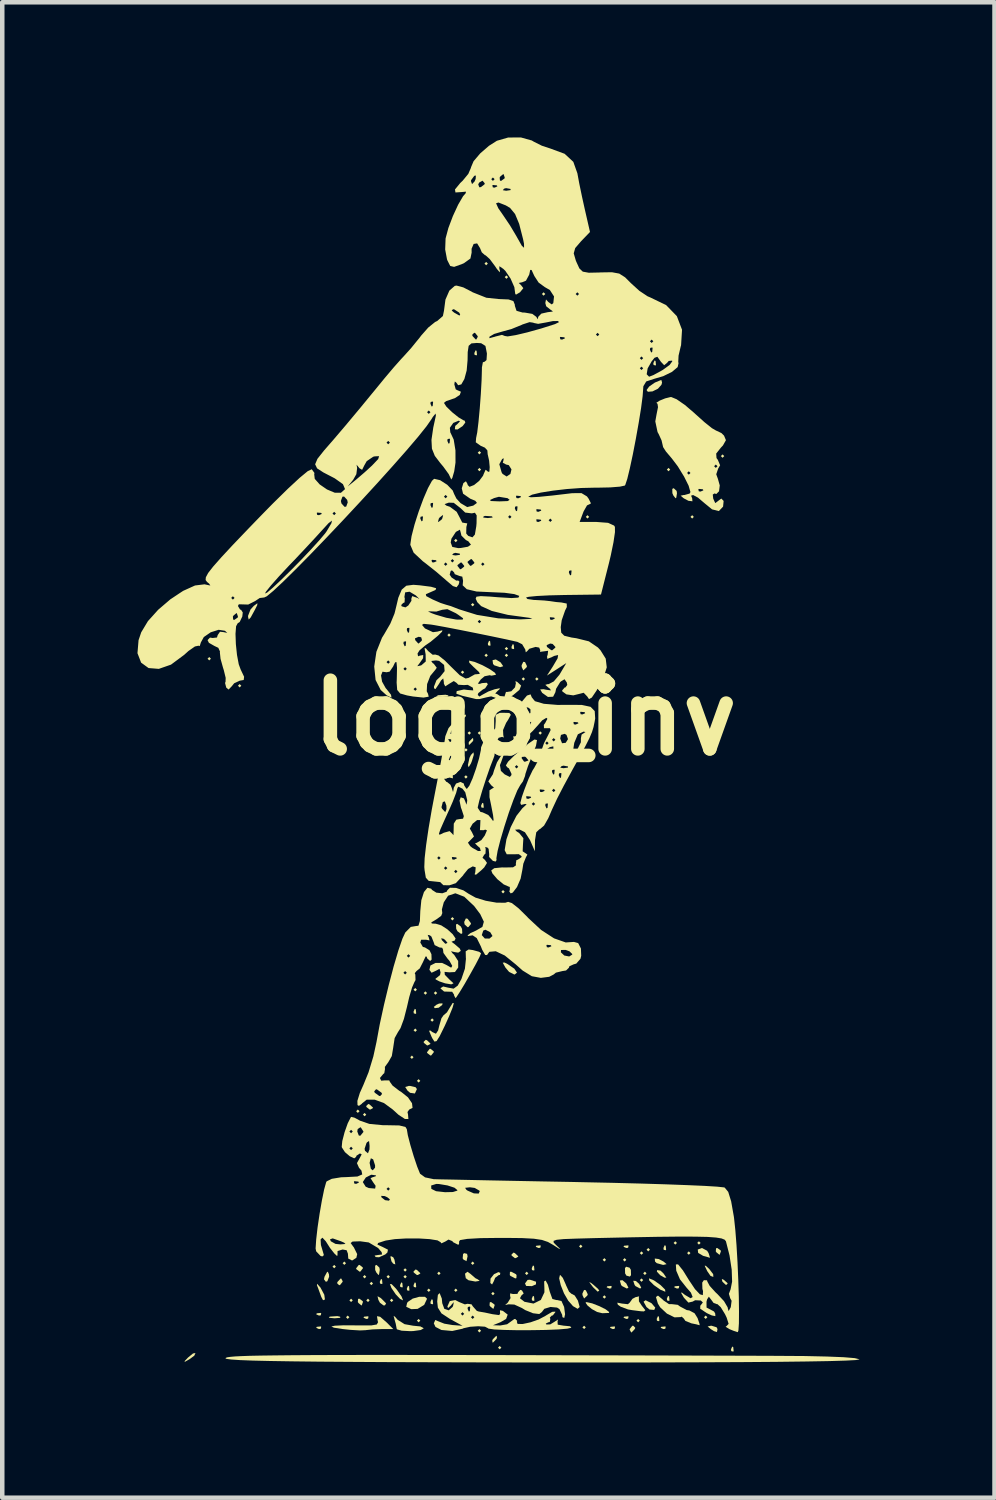
<source format=kicad_pcb>
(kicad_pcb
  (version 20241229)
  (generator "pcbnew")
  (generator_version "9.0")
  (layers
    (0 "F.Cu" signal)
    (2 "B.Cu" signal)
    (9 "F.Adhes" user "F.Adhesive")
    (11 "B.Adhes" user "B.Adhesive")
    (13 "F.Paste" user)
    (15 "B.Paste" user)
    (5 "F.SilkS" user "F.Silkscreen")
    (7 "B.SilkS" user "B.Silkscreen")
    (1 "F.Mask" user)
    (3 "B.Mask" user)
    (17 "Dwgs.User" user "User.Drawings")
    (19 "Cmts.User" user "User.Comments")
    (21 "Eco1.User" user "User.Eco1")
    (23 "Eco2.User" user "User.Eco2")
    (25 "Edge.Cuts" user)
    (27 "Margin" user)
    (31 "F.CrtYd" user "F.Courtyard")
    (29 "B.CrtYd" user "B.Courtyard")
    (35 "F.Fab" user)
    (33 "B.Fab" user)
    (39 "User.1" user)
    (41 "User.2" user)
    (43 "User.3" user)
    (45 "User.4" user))
  (footprint "logo_inv"
    (layer "F.Cu")
    (at 8.598 12.876)
    (property "Reference" "logo_inv" (at 0 0 0) (layer "F.SilkS") (effects (font (size 1.524 1.524) (thickness 0.3))))
    (attr board_only exclude_from_pos_files exclude_from_bom)
    (fp_poly (pts (xy -6.968 -1.311) (xy -7.006 -1.274) (xy -7.043 -1.311) (xy -7.006 -1.349)) (stroke (width 0) (type solid)) (fill yes) (layer "F.SilkS"))
    (fp_poly (pts (xy -6.294 -0.712) (xy -6.331 -0.674) (xy -6.369 -0.712) (xy -6.331 -0.749)) (stroke (width 0) (type solid)) (fill yes) (layer "F.SilkS"))
    (fp_poly (pts (xy -4.196 12.176) (xy -4.233 12.213) (xy -4.271 12.176) (xy -4.233 12.138)) (stroke (width 0) (type solid)) (fill yes) (layer "F.SilkS"))
    (fp_poly (pts (xy -3.971 12.101) (xy -4.009 12.138) (xy -4.046 12.101) (xy -4.009 12.063)) (stroke (width 0) (type solid)) (fill yes) (layer "F.SilkS"))
    (fp_poly (pts (xy -3.896 13.299) (xy -3.934 13.337) (xy -3.971 13.299) (xy -3.934 13.262)) (stroke (width 0) (type solid)) (fill yes) (layer "F.SilkS"))
    (fp_poly (pts (xy -3.821 12.925) (xy -3.859 12.962) (xy -3.896 12.925) (xy -3.859 12.887)) (stroke (width 0) (type solid)) (fill yes) (layer "F.SilkS"))
    (fp_poly (pts (xy -3.671 8.729) (xy -3.709 8.766) (xy -3.746 8.729) (xy -3.709 8.691)) (stroke (width 0) (type solid)) (fill yes) (layer "F.SilkS"))
    (fp_poly (pts (xy -3.522 8.804) (xy -3.559 8.841) (xy -3.596 8.804) (xy -3.559 8.766)) (stroke (width 0) (type solid)) (fill yes) (layer "F.SilkS"))
    (fp_poly (pts (xy -3.522 12.4) (xy -3.559 12.438) (xy -3.596 12.4) (xy -3.559 12.363)) (stroke (width 0) (type solid)) (fill yes) (layer "F.SilkS"))
    (fp_poly (pts (xy -3.447 12.925) (xy -3.484 12.962) (xy -3.522 12.925) (xy -3.484 12.887)) (stroke (width 0) (type solid)) (fill yes) (layer "F.SilkS"))
    (fp_poly (pts (xy -3.372 12.55) (xy -3.409 12.588) (xy -3.447 12.55) (xy -3.409 12.513)) (stroke (width 0) (type solid)) (fill yes) (layer "F.SilkS"))
    (fp_poly (pts (xy -2.997 12.4) (xy -3.035 12.438) (xy -3.072 12.4) (xy -3.035 12.363)) (stroke (width 0) (type solid)) (fill yes) (layer "F.SilkS"))
    (fp_poly (pts (xy -2.922 12.925) (xy -2.96 12.962) (xy -2.997 12.925) (xy -2.96 12.887)) (stroke (width 0) (type solid)) (fill yes) (layer "F.SilkS"))
    (fp_poly (pts (xy -2.622 12.25) (xy -2.66 12.288) (xy -2.697 12.25) (xy -2.66 12.213)) (stroke (width 0) (type solid)) (fill yes) (layer "F.SilkS"))
    (fp_poly (pts (xy -2.622 12.4) (xy -2.66 12.438) (xy -2.697 12.4) (xy -2.66 12.363)) (stroke (width 0) (type solid)) (fill yes) (layer "F.SilkS"))
    (fp_poly (pts (xy -2.473 7.53) (xy -2.51 7.568) (xy -2.547 7.53) (xy -2.51 7.493)) (stroke (width 0) (type solid)) (fill yes) (layer "F.SilkS"))
    (fp_poly (pts (xy -2.398 6.032) (xy -2.435 6.069) (xy -2.473 6.032) (xy -2.435 5.994)) (stroke (width 0) (type solid)) (fill yes) (layer "F.SilkS"))
    (fp_poly (pts (xy -2.398 6.931) (xy -2.435 6.968) (xy -2.473 6.931) (xy -2.435 6.893)) (stroke (width 0) (type solid)) (fill yes) (layer "F.SilkS"))
    (fp_poly (pts (xy -2.323 8.055) (xy -2.36 8.092) (xy -2.398 8.055) (xy -2.36 8.017)) (stroke (width 0) (type solid)) (fill yes) (layer "F.SilkS"))
    (fp_poly (pts (xy -2.323 13.374) (xy -2.36 13.412) (xy -2.398 13.374) (xy -2.36 13.337)) (stroke (width 0) (type solid)) (fill yes) (layer "F.SilkS"))
    (fp_poly (pts (xy -2.173 6.106) (xy -2.21 6.144) (xy -2.248 6.106) (xy -2.21 6.069)) (stroke (width 0) (type solid)) (fill yes) (layer "F.SilkS"))
    (fp_poly (pts (xy -2.098 12.7) (xy -2.135 12.737) (xy -2.173 12.7) (xy -2.135 12.663)) (stroke (width 0) (type solid)) (fill yes) (layer "F.SilkS"))
    (fp_poly (pts (xy -2.023 6.706) (xy -2.06 6.743) (xy -2.098 6.706) (xy -2.06 6.668)) (stroke (width 0) (type solid)) (fill yes) (layer "F.SilkS"))
    (fp_poly (pts (xy -1.948 6.106) (xy -1.986 6.144) (xy -2.023 6.106) (xy -1.986 6.069)) (stroke (width 0) (type solid)) (fill yes) (layer "F.SilkS"))
    (fp_poly (pts (xy -1.873 12.325) (xy -1.911 12.363) (xy -1.948 12.325) (xy -1.911 12.288)) (stroke (width 0) (type solid)) (fill yes) (layer "F.SilkS"))
    (fp_poly (pts (xy -1.648 -1.836) (xy -1.686 -1.798) (xy -1.723 -1.836) (xy -1.686 -1.873)) (stroke (width 0) (type solid)) (fill yes) (layer "F.SilkS"))
    (fp_poly (pts (xy -1.573 4.458) (xy -1.611 4.496) (xy -1.648 4.458) (xy -1.611 4.421)) (stroke (width 0) (type solid)) (fill yes) (layer "F.SilkS"))
    (fp_poly (pts (xy -1.499 -3.934) (xy -1.536 -3.896) (xy -1.573 -3.934) (xy -1.536 -3.971)) (stroke (width 0) (type solid)) (fill yes) (layer "F.SilkS"))
    (fp_poly (pts (xy -1.499 12.7) (xy -1.536 12.737) (xy -1.573 12.7) (xy -1.536 12.663)) (stroke (width 0) (type solid)) (fill yes) (layer "F.SilkS"))
    (fp_poly (pts (xy -1.349 -1.012) (xy -1.386 -0.974) (xy -1.424 -1.012) (xy -1.386 -1.049)) (stroke (width 0) (type solid)) (fill yes) (layer "F.SilkS"))
    (fp_poly (pts (xy -1.274 0.712) (xy -1.311 0.749) (xy -1.349 0.712) (xy -1.311 0.674)) (stroke (width 0) (type solid)) (fill yes) (layer "F.SilkS"))
    (fp_poly (pts (xy -1.274 1.311) (xy -1.311 1.349) (xy -1.349 1.311) (xy -1.311 1.274)) (stroke (width 0) (type solid)) (fill yes) (layer "F.SilkS"))
    (fp_poly (pts (xy -1.199 0.337) (xy -1.236 0.375) (xy -1.274 0.337) (xy -1.236 0.3)) (stroke (width 0) (type solid)) (fill yes) (layer "F.SilkS"))
    (fp_poly (pts (xy -1.124 -2.51) (xy -1.161 -2.473) (xy -1.199 -2.51) (xy -1.161 -2.547)) (stroke (width 0) (type solid)) (fill yes) (layer "F.SilkS"))
    (fp_poly (pts (xy -1.124 12.101) (xy -1.161 12.138) (xy -1.199 12.101) (xy -1.161 12.063)) (stroke (width 0) (type solid)) (fill yes) (layer "F.SilkS"))
    (fp_poly (pts (xy -0.974 -5.882) (xy -1.012 -5.844) (xy -1.049 -5.882) (xy -1.012 -5.919)) (stroke (width 0) (type solid)) (fill yes) (layer "F.SilkS"))
    (fp_poly (pts (xy -0.974 -5.507) (xy -1.012 -5.47) (xy -1.049 -5.507) (xy -1.012 -5.545)) (stroke (width 0) (type solid)) (fill yes) (layer "F.SilkS"))
    (fp_poly (pts (xy -0.974 0.337) (xy -1.012 0.375) (xy -1.049 0.337) (xy -1.012 0.3)) (stroke (width 0) (type solid)) (fill yes) (layer "F.SilkS"))
    (fp_poly (pts (xy -0.974 13.599) (xy -1.012 13.637) (xy -1.049 13.599) (xy -1.012 13.562)) (stroke (width 0) (type solid)) (fill yes) (layer "F.SilkS"))
    (fp_poly (pts (xy -0.824 -10.078) (xy -0.862 -10.04) (xy -0.899 -10.078) (xy -0.862 -10.115)) (stroke (width 0) (type solid)) (fill yes) (layer "F.SilkS"))
    (fp_poly (pts (xy -0.824 -1.386) (xy -0.862 -1.349) (xy -0.899 -1.386) (xy -0.862 -1.424)) (stroke (width 0) (type solid)) (fill yes) (layer "F.SilkS"))
    (fp_poly (pts (xy -0.674 12.775) (xy -0.712 12.812) (xy -0.749 12.775) (xy -0.712 12.737)) (stroke (width 0) (type solid)) (fill yes) (layer "F.SilkS"))
    (fp_poly (pts (xy -0.524 13.974) (xy -0.562 14.011) (xy -0.599 13.974) (xy -0.562 13.936)) (stroke (width 0) (type solid)) (fill yes) (layer "F.SilkS"))
    (fp_poly (pts (xy -0.45 3.859) (xy -0.487 3.896) (xy -0.524 3.859) (xy -0.487 3.821)) (stroke (width 0) (type solid)) (fill yes) (layer "F.SilkS"))
    (fp_poly (pts (xy -0.375 -9.778) (xy -0.412 -9.74) (xy -0.45 -9.778) (xy -0.412 -9.815)) (stroke (width 0) (type solid)) (fill yes) (layer "F.SilkS"))
    (fp_poly (pts (xy -0.375 -1.536) (xy -0.412 -1.499) (xy -0.45 -1.536) (xy -0.412 -1.573)) (stroke (width 0) (type solid)) (fill yes) (layer "F.SilkS"))
    (fp_poly (pts (xy -0.375 -1.386) (xy -0.412 -1.349) (xy -0.45 -1.386) (xy -0.412 -1.424)) (stroke (width 0) (type solid)) (fill yes) (layer "F.SilkS"))
    (fp_poly (pts (xy 0 -0.862) (xy -0.037 -0.824) (xy -0.075 -0.862) (xy -0.037 -0.899)) (stroke (width 0) (type solid)) (fill yes) (layer "F.SilkS"))
    (fp_poly (pts (xy 0.075 12.325) (xy 0.037 12.363) (xy 0 12.325) (xy 0.037 12.288)) (stroke (width 0) (type solid)) (fill yes) (layer "F.SilkS"))
    (fp_poly (pts (xy 0.3 -0.862) (xy 0.262 -0.824) (xy 0.225 -0.862) (xy 0.262 -0.899)) (stroke (width 0) (type solid)) (fill yes) (layer "F.SilkS"))
    (fp_poly (pts (xy 0.375 0.337) (xy 0.337 0.375) (xy 0.3 0.337) (xy 0.337 0.3)) (stroke (width 0) (type solid)) (fill yes) (layer "F.SilkS"))
    (fp_poly (pts (xy 0.45 -9.403) (xy 0.412 -9.366) (xy 0.375 -9.403) (xy 0.412 -9.441)) (stroke (width 0) (type solid)) (fill yes) (layer "F.SilkS"))
    (fp_poly (pts (xy 1.274 11.726) (xy 1.236 11.763) (xy 1.199 11.726) (xy 1.236 11.688)) (stroke (width 0) (type solid)) (fill yes) (layer "F.SilkS"))
    (fp_poly (pts (xy 1.349 13.524) (xy 1.311 13.562) (xy 1.274 13.524) (xy 1.311 13.487)) (stroke (width 0) (type solid)) (fill yes) (layer "F.SilkS"))
    (fp_poly (pts (xy 1.424 -4.458) (xy 1.386 -4.421) (xy 1.349 -4.458) (xy 1.386 -4.496)) (stroke (width 0) (type solid)) (fill yes) (layer "F.SilkS"))
    (fp_poly (pts (xy 1.798 12.026) (xy 1.761 12.063) (xy 1.723 12.026) (xy 1.761 11.988)) (stroke (width 0) (type solid)) (fill yes) (layer "F.SilkS"))
    (fp_poly (pts (xy 1.798 12.85) (xy 1.761 12.887) (xy 1.723 12.85) (xy 1.761 12.812)) (stroke (width 0) (type solid)) (fill yes) (layer "F.SilkS"))
    (fp_poly (pts (xy 2.248 12.026) (xy 2.21 12.063) (xy 2.173 12.026) (xy 2.21 11.988)) (stroke (width 0) (type solid)) (fill yes) (layer "F.SilkS"))
    (fp_poly (pts (xy 2.547 13.374) (xy 2.51 13.412) (xy 2.473 13.374) (xy 2.51 13.337)) (stroke (width 0) (type solid)) (fill yes) (layer "F.SilkS"))
    (fp_poly (pts (xy 2.622 11.876) (xy 2.585 11.913) (xy 2.547 11.876) (xy 2.585 11.838)) (stroke (width 0) (type solid)) (fill yes) (layer "F.SilkS"))
    (fp_poly (pts (xy 2.622 12.475) (xy 2.585 12.513) (xy 2.547 12.475) (xy 2.585 12.438)) (stroke (width 0) (type solid)) (fill yes) (layer "F.SilkS"))
    (fp_poly (pts (xy 2.697 12.325) (xy 2.66 12.363) (xy 2.622 12.325) (xy 2.66 12.288)) (stroke (width 0) (type solid)) (fill yes) (layer "F.SilkS"))
    (fp_poly (pts (xy 2.772 11.801) (xy 2.735 11.838) (xy 2.697 11.801) (xy 2.735 11.763)) (stroke (width 0) (type solid)) (fill yes) (layer "F.SilkS"))
    (fp_poly (pts (xy 3.222 -5.507) (xy 3.184 -5.47) (xy 3.147 -5.507) (xy 3.184 -5.545)) (stroke (width 0) (type solid)) (fill yes) (layer "F.SilkS"))
    (fp_poly (pts (xy 3.372 11.651) (xy 3.334 11.688) (xy 3.297 11.651) (xy 3.334 11.614)) (stroke (width 0) (type solid)) (fill yes) (layer "F.SilkS"))
    (fp_poly (pts (xy 3.671 11.876) (xy 3.634 11.913) (xy 3.596 11.876) (xy 3.634 11.838)) (stroke (width 0) (type solid)) (fill yes) (layer "F.SilkS"))
    (fp_poly (pts (xy 3.746 -4.458) (xy 3.709 -4.421) (xy 3.671 -4.458) (xy 3.709 -4.496)) (stroke (width 0) (type solid)) (fill yes) (layer "F.SilkS"))
    (fp_poly (pts (xy 3.896 11.651) (xy 3.859 11.688) (xy 3.821 11.651) (xy 3.859 11.614)) (stroke (width 0) (type solid)) (fill yes) (layer "F.SilkS"))
    (fp_poly (pts (xy 4.046 13.299) (xy 4.009 13.337) (xy 3.971 13.299) (xy 4.009 13.262)) (stroke (width 0) (type solid)) (fill yes) (layer "F.SilkS"))
    (fp_poly (pts (xy 4.421 -5.807) (xy 4.383 -5.769) (xy 4.346 -5.807) (xy 4.383 -5.844)) (stroke (width 0) (type solid)) (fill yes) (layer "F.SilkS"))
    (fp_poly (pts (xy -4.521 13.212) (xy -4.531 13.257) (xy -4.571 13.262) (xy -4.632 13.235) (xy -4.62 13.212) (xy -4.532 13.203)) (stroke (width 0) (type solid)) (fill yes) (layer "F.SilkS"))
    (fp_poly (pts (xy -4.521 13.512) (xy -4.531 13.556) (xy -4.571 13.562) (xy -4.632 13.534) (xy -4.62 13.512) (xy -4.532 13.503)) (stroke (width 0) (type solid)) (fill yes) (layer "F.SilkS"))
    (fp_poly (pts (xy -3.472 13.287) (xy -3.482 13.331) (xy -3.522 13.337) (xy -3.583 13.309) (xy -3.571 13.287) (xy -3.483 13.278)) (stroke (width 0) (type solid)) (fill yes) (layer "F.SilkS"))
    (fp_poly (pts (xy -3.172 12.463) (xy -3.163 12.552) (xy -3.172 12.563) (xy -3.216 12.552) (xy -3.222 12.513) (xy -3.194 12.451)) (stroke (width 0) (type solid)) (fill yes) (layer "F.SilkS"))
    (fp_poly (pts (xy -2.722 12.538) (xy -2.713 12.627) (xy -2.722 12.638) (xy -2.767 12.627) (xy -2.772 12.588) (xy -2.745 12.526)) (stroke (width 0) (type solid)) (fill yes) (layer "F.SilkS"))
    (fp_poly (pts (xy -2.572 12.613) (xy -2.564 12.702) (xy -2.572 12.712) (xy -2.617 12.702) (xy -2.622 12.663) (xy -2.595 12.601)) (stroke (width 0) (type solid)) (fill yes) (layer "F.SilkS"))
    (fp_poly (pts (xy -2.423 6.469) (xy -2.414 6.558) (xy -2.423 6.569) (xy -2.467 6.558) (xy -2.473 6.519) (xy -2.445 6.457)) (stroke (width 0) (type solid)) (fill yes) (layer "F.SilkS"))
    (fp_poly (pts (xy -2.423 12.538) (xy -2.414 12.627) (xy -2.423 12.638) (xy -2.467 12.627) (xy -2.473 12.588) (xy -2.445 12.526)) (stroke (width 0) (type solid)) (fill yes) (layer "F.SilkS"))
    (fp_poly (pts (xy -2.048 12.912) (xy -2.039 13.001) (xy -2.048 13.012) (xy -2.093 13.002) (xy -2.098 12.962) (xy -2.071 12.901)) (stroke (width 0) (type solid)) (fill yes) (layer "F.SilkS"))
    (fp_poly (pts (xy -1.449 0.774) (xy -1.44 0.863) (xy -1.449 0.874) (xy -1.493 0.864) (xy -1.499 0.824) (xy -1.471 0.763)) (stroke (width 0) (type solid)) (fill yes) (layer "F.SilkS"))
    (fp_poly (pts (xy -1.074 -8.142) (xy -1.065 -8.053) (xy -1.074 -8.042) (xy -1.118 -8.052) (xy -1.124 -8.092) (xy -1.096 -8.154)) (stroke (width 0) (type solid)) (fill yes) (layer "F.SilkS"))
    (fp_poly (pts (xy -0.924 1.898) (xy -0.915 1.987) (xy -0.924 1.998) (xy -0.969 1.988) (xy -0.974 1.948) (xy -0.947 1.886)) (stroke (width 0) (type solid)) (fill yes) (layer "F.SilkS"))
    (fp_poly (pts (xy -0.774 -1.698) (xy -0.765 -1.609) (xy -0.774 -1.598) (xy -0.819 -1.609) (xy -0.824 -1.648) (xy -0.797 -1.71)) (stroke (width 0) (type solid)) (fill yes) (layer "F.SilkS"))
    (fp_poly (pts (xy -0.25 -1.623) (xy -0.241 -1.534) (xy -0.25 -1.524) (xy -0.294 -1.534) (xy -0.3 -1.573) (xy -0.272 -1.635)) (stroke (width 0) (type solid)) (fill yes) (layer "F.SilkS"))
    (fp_poly (pts (xy 0.2 12.163) (xy 0.209 12.252) (xy 0.2 12.263) (xy 0.155 12.253) (xy 0.15 12.213) (xy 0.177 12.151)) (stroke (width 0) (type solid)) (fill yes) (layer "F.SilkS"))
    (fp_poly (pts (xy 0.2 12.837) (xy 0.209 12.926) (xy 0.2 12.937) (xy 0.155 12.927) (xy 0.15 12.887) (xy 0.177 12.826)) (stroke (width 0) (type solid)) (fill yes) (layer "F.SilkS"))
    (fp_poly (pts (xy 0.35 11.713) (xy 0.339 11.758) (xy 0.3 11.763) (xy 0.238 11.736) (xy 0.25 11.713) (xy 0.339 11.705)) (stroke (width 0) (type solid)) (fill yes) (layer "F.SilkS"))
    (fp_poly (pts (xy 1.923 12.613) (xy 1.913 12.657) (xy 1.873 12.663) (xy 1.811 12.635) (xy 1.823 12.613) (xy 1.912 12.604)) (stroke (width 0) (type solid)) (fill yes) (layer "F.SilkS"))
    (fp_poly (pts (xy 1.998 13.512) (xy 1.988 13.556) (xy 1.948 13.562) (xy 1.886 13.534) (xy 1.898 13.512) (xy 1.987 13.503)) (stroke (width 0) (type solid)) (fill yes) (layer "F.SilkS"))
    (fp_poly (pts (xy 2.298 11.713) (xy 2.287 11.758) (xy 2.248 11.763) (xy 2.186 11.736) (xy 2.198 11.713) (xy 2.287 11.705)) (stroke (width 0) (type solid)) (fill yes) (layer "F.SilkS"))
    (fp_poly (pts (xy 2.298 13.287) (xy 2.287 13.331) (xy 2.248 13.337) (xy 2.186 13.309) (xy 2.198 13.287) (xy 2.287 13.278)) (stroke (width 0) (type solid)) (fill yes) (layer "F.SilkS"))
    (fp_poly (pts (xy 2.897 -7.917) (xy 2.906 -7.828) (xy 2.897 -7.817) (xy 2.853 -7.828) (xy 2.847 -7.867) (xy 2.875 -7.929)) (stroke (width 0) (type solid)) (fill yes) (layer "F.SilkS"))
    (fp_poly (pts (xy 2.972 13.287) (xy 2.981 13.376) (xy 2.972 13.387) (xy 2.928 13.377) (xy 2.922 13.337) (xy 2.95 13.275)) (stroke (width 0) (type solid)) (fill yes) (layer "F.SilkS"))
    (fp_poly (pts (xy 3.122 11.713) (xy 3.131 11.802) (xy 3.122 11.813) (xy 3.077 11.803) (xy 3.072 11.763) (xy 3.099 11.702)) (stroke (width 0) (type solid)) (fill yes) (layer "F.SilkS"))
    (fp_poly (pts (xy 3.122 13.512) (xy 3.112 13.556) (xy 3.072 13.562) (xy 3.01 13.534) (xy 3.022 13.512) (xy 3.111 13.503)) (stroke (width 0) (type solid)) (fill yes) (layer "F.SilkS"))
    (fp_poly (pts (xy 3.197 12.837) (xy 3.206 12.926) (xy 3.197 12.937) (xy 3.152 12.927) (xy 3.147 12.887) (xy 3.174 12.826)) (stroke (width 0) (type solid)) (fill yes) (layer "F.SilkS"))
    (fp_poly (pts (xy 3.422 12.613) (xy 3.411 12.657) (xy 3.372 12.663) (xy 3.31 12.635) (xy 3.322 12.613) (xy 3.411 12.604)) (stroke (width 0) (type solid)) (fill yes) (layer "F.SilkS"))
    (fp_poly (pts (xy 4.62 13.961) (xy 4.629 14.05) (xy 4.62 14.061) (xy 4.576 14.051) (xy 4.571 14.011) (xy 4.598 13.95)) (stroke (width 0) (type solid)) (fill yes) (layer "F.SilkS"))
    (fp_poly (pts (xy -7.338 14.153) (xy -7.44 14.228) (xy -7.552 14.292) (xy -7.547 14.268) (xy -7.476 14.193) (xy -7.366 14.103) (xy -7.311 14.093)) (stroke (width 0) (type solid)) (fill yes) (layer "F.SilkS"))
    (fp_poly (pts (xy -2.924 11.968) (xy -2.896 12.022) (xy -2.877 12.128) (xy -2.927 12.108) (xy -2.963 12.058) (xy -2.986 11.96) (xy -2.976 11.943)) (stroke (width 0) (type solid)) (fill yes) (layer "F.SilkS"))
    (fp_poly (pts (xy -1.836 6.37) (xy -1.916 6.432) (xy -2.002 6.442) (xy -2.023 6.414) (xy -1.964 6.366) (xy -1.907 6.34) (xy -1.829 6.335)) (stroke (width 0) (type solid)) (fill yes) (layer "F.SilkS"))
    (fp_poly (pts (xy -1.285 11.893) (xy -1.274 11.946) (xy -1.298 12.055) (xy -1.363 12.022) (xy -1.383 11.993) (xy -1.374 11.897) (xy -1.35 11.877)) (stroke (width 0) (type solid)) (fill yes) (layer "F.SilkS"))
    (fp_poly (pts (xy 0.001 -1.236) (xy 0.044 -1.146) (xy 0.034 -1.119) (xy -0.038 -1.052) (xy -0.073 -1.128) (xy -0.075 -1.166) (xy -0.038 -1.243)) (stroke (width 0) (type solid)) (fill yes) (layer "F.SilkS"))
    (fp_poly (pts (xy 0.245 12.511) (xy 0.244 12.57) (xy 0.153 12.609) (xy 0.026 12.605) (xy 0 12.55) (xy 0.058 12.471) (xy 0.11 12.467)) (stroke (width 0) (type solid)) (fill yes) (layer "F.SilkS"))
    (fp_poly (pts (xy 1.35 12.701) (xy 1.393 12.791) (xy 1.383 12.818) (xy 1.311 12.884) (xy 1.275 12.808) (xy 1.274 12.771) (xy 1.311 12.693)) (stroke (width 0) (type solid)) (fill yes) (layer "F.SilkS"))
    (fp_poly (pts (xy 2.246 12.548) (xy 2.295 12.643) (xy 2.261 12.663) (xy 2.152 12.607) (xy 2.132 12.583) (xy 2.104 12.485) (xy 2.162 12.477)) (stroke (width 0) (type solid)) (fill yes) (layer "F.SilkS"))
    (fp_poly (pts (xy 2.458 12.494) (xy 2.532 12.558) (xy 2.579 12.642) (xy 2.555 12.663) (xy 2.451 12.608) (xy 2.432 12.583) (xy 2.401 12.49)) (stroke (width 0) (type solid)) (fill yes) (layer "F.SilkS"))
    (fp_poly (pts (xy 2.808 12.989) (xy 2.89 13.086) (xy 2.867 13.137) (xy 2.763 13.128) (xy 2.695 13.072) (xy 2.63 12.954) (xy 2.676 12.922)) (stroke (width 0) (type solid)) (fill yes) (layer "F.SilkS"))
    (fp_poly (pts (xy 3.007 12.265) (xy 3.07 12.324) (xy 3.137 12.421) (xy 3.093 12.42) (xy 2.999 12.366) (xy 2.926 12.287) (xy 2.932 12.253)) (stroke (width 0) (type solid)) (fill yes) (layer "F.SilkS"))
    (fp_poly (pts (xy 4.011 12.158) (xy 4.089 12.23) (xy 4.175 12.343) (xy 4.179 12.405) (xy 4.116 12.382) (xy 4.043 12.276) (xy 3.986 12.156)) (stroke (width 0) (type solid)) (fill yes) (layer "F.SilkS"))
    (fp_poly (pts (xy 4.409 12.468) (xy 4.489 12.538) (xy 4.496 12.555) (xy 4.46 12.585) (xy 4.386 12.516) (xy 4.376 12.501) (xy 4.367 12.45)) (stroke (width 0) (type solid)) (fill yes) (layer "F.SilkS"))
    (fp_poly (pts (xy -4.349 12.349) (xy -4.346 12.4) (xy -4.385 12.5) (xy -4.418 12.513) (xy -4.46 12.458) (xy -4.448 12.4) (xy -4.395 12.302) (xy -4.375 12.288)) (stroke (width 0) (type solid)) (fill yes) (layer "F.SilkS"))
    (fp_poly (pts (xy -4.101 13.288) (xy -4.098 13.312) (xy -4.216 13.322) (xy -4.233 13.322) (xy -4.35 13.311) (xy -4.338 13.289) (xy -4.326 13.285) (xy -4.162 13.274)) (stroke (width 0) (type solid)) (fill yes) (layer "F.SilkS"))
    (fp_poly (pts (xy -4.047 12.496) (xy -4.046 12.513) (xy -4.104 12.585) (xy -4.125 12.588) (xy -4.17 12.542) (xy -4.158 12.513) (xy -4.091 12.441) (xy -4.079 12.438)) (stroke (width 0) (type solid)) (fill yes) (layer "F.SilkS"))
    (fp_poly (pts (xy -3.6 12.942) (xy -3.596 12.962) (xy -3.622 13.035) (xy -3.63 13.037) (xy -3.693 12.985) (xy -3.709 12.962) (xy -3.703 12.893) (xy -3.676 12.887)) (stroke (width 0) (type solid)) (fill yes) (layer "F.SilkS"))
    (fp_poly (pts (xy -3.599 12.195) (xy -3.596 12.213) (xy -3.653 12.286) (xy -3.671 12.288) (xy -3.744 12.231) (xy -3.746 12.213) (xy -3.689 12.14) (xy -3.671 12.138)) (stroke (width 0) (type solid)) (fill yes) (layer "F.SilkS"))
    (fp_poly (pts (xy -3.447 8.579) (xy -3.375 8.646) (xy -3.372 8.658) (xy -3.43 8.691) (xy -3.447 8.691) (xy -3.519 8.634) (xy -3.522 8.612) (xy -3.476 8.567)) (stroke (width 0) (type solid)) (fill yes) (layer "F.SilkS"))
    (fp_poly (pts (xy -3.23 12.199) (xy -3.222 12.25) (xy -3.238 12.35) (xy -3.251 12.363) (xy -3.3 12.304) (xy -3.324 12.25) (xy -3.325 12.154) (xy -3.294 12.138)) (stroke (width 0) (type solid)) (fill yes) (layer "F.SilkS"))
    (fp_poly (pts (xy -3.208 12.868) (xy -3.186 12.886) (xy -3.082 12.991) (xy -3.106 13.035) (xy -3.139 13.037) (xy -3.219 12.977) (xy -3.253 12.914) (xy -3.272 12.833)) (stroke (width 0) (type solid)) (fill yes) (layer "F.SilkS"))
    (fp_poly (pts (xy -2.427 8.196) (xy -2.398 8.237) (xy -2.443 8.335) (xy -2.549 8.32) (xy -2.607 8.271) (xy -2.658 8.191) (xy -2.58 8.167) (xy -2.55 8.167)) (stroke (width 0) (type solid)) (fill yes) (layer "F.SilkS"))
    (fp_poly (pts (xy -2.398 12.25) (xy -2.326 12.318) (xy -2.323 12.33) (xy -2.381 12.362) (xy -2.398 12.363) (xy -2.47 12.305) (xy -2.473 12.283) (xy -2.427 12.239)) (stroke (width 0) (type solid)) (fill yes) (layer "F.SilkS"))
    (fp_poly (pts (xy -2.173 7.155) (xy -2.101 7.223) (xy -2.098 7.235) (xy -2.156 7.267) (xy -2.173 7.268) (xy -2.245 7.21) (xy -2.248 7.188) (xy -2.202 7.144)) (stroke (width 0) (type solid)) (fill yes) (layer "F.SilkS"))
    (fp_poly (pts (xy -2.025 7.4) (xy -2.023 7.418) (xy -2.08 7.49) (xy -2.098 7.493) (xy -2.171 7.436) (xy -2.173 7.418) (xy -2.116 7.345) (xy -2.098 7.343)) (stroke (width 0) (type solid)) (fill yes) (layer "F.SilkS"))
    (fp_poly (pts (xy -1.703 -0.499) (xy -1.701 -0.474) (xy -1.818 -0.464) (xy -1.836 -0.464) (xy -1.952 -0.475) (xy -1.941 -0.498) (xy -1.928 -0.501) (xy -1.765 -0.512)) (stroke (width 0) (type solid)) (fill yes) (layer "F.SilkS"))
    (fp_poly (pts (xy -1.424 4.63) (xy -1.397 4.683) (xy -1.391 4.78) (xy -1.418 4.795) (xy -1.498 4.736) (xy -1.526 4.683) (xy -1.531 4.586) (xy -1.504 4.571)) (stroke (width 0) (type solid)) (fill yes) (layer "F.SilkS"))
    (fp_poly (pts (xy -1.274 4.458) (xy -1.202 4.554) (xy -1.199 4.575) (xy -1.256 4.643) (xy -1.274 4.645) (xy -1.34 4.584) (xy -1.349 4.529) (xy -1.312 4.451)) (stroke (width 0) (type solid)) (fill yes) (layer "F.SilkS"))
    (fp_poly (pts (xy -1.147 0.498) (xy -1.161 0.524) (xy -1.232 0.596) (xy -1.245 0.599) (xy -1.25 0.551) (xy -1.236 0.524) (xy -1.166 0.453) (xy -1.153 0.45)) (stroke (width 0) (type solid)) (fill yes) (layer "F.SilkS"))
    (fp_poly (pts (xy -1.136 0.82) (xy -1.178 0.959) (xy -1.199 1.012) (xy -1.25 1.096) (xy -1.267 1.049) (xy -1.232 0.889) (xy -1.199 0.824) (xy -1.143 0.765)) (stroke (width 0) (type solid)) (fill yes) (layer "F.SilkS"))
    (fp_poly (pts (xy -0.677 13.017) (xy -0.674 13.037) (xy -0.7 13.11) (xy -0.707 13.112) (xy -0.771 13.06) (xy -0.787 13.037) (xy -0.781 12.968) (xy -0.754 12.962)) (stroke (width 0) (type solid)) (fill yes) (layer "F.SilkS"))
    (fp_poly (pts (xy -0.623 13.76) (xy -0.637 13.786) (xy -0.707 13.858) (xy -0.721 13.861) (xy -0.726 13.813) (xy -0.712 13.786) (xy -0.641 13.715) (xy -0.628 13.712)) (stroke (width 0) (type solid)) (fill yes) (layer "F.SilkS"))
    (fp_poly (pts (xy -0.225 11.876) (xy -0.153 11.943) (xy -0.15 11.955) (xy -0.208 11.987) (xy -0.225 11.988) (xy -0.297 11.931) (xy -0.3 11.909) (xy -0.254 11.864)) (stroke (width 0) (type solid)) (fill yes) (layer "F.SilkS"))
    (fp_poly (pts (xy -0.203 12.343) (xy -0.187 12.363) (xy -0.191 12.432) (xy -0.216 12.438) (xy -0.322 12.383) (xy -0.337 12.363) (xy -0.334 12.294) (xy -0.309 12.288)) (stroke (width 0) (type solid)) (fill yes) (layer "F.SilkS"))
    (fp_poly (pts (xy 1.463 12.536) (xy 1.517 12.578) (xy 1.621 12.67) (xy 1.648 12.709) (xy 1.612 12.732) (xy 1.512 12.635) (xy 1.489 12.606) (xy 1.424 12.518)) (stroke (width 0) (type solid)) (fill yes) (layer "F.SilkS"))
    (fp_poly (pts (xy 2.32 12.2) (xy 2.349 12.248) (xy 2.352 12.366) (xy 2.327 12.397) (xy 2.25 12.376) (xy 2.221 12.327) (xy 2.218 12.21) (xy 2.243 12.178)) (stroke (width 0) (type solid)) (fill yes) (layer "F.SilkS"))
    (fp_poly (pts (xy 2.447 13.533) (xy 2.435 13.562) (xy 2.368 13.633) (xy 2.356 13.637) (xy 2.324 13.579) (xy 2.323 13.562) (xy 2.38 13.49) (xy 2.402 13.487)) (stroke (width 0) (type solid)) (fill yes) (layer "F.SilkS"))
    (fp_poly (pts (xy 2.968 12.008) (xy 3.072 12.063) (xy 3.142 12.121) (xy 3.075 12.137) (xy 3.058 12.137) (xy 2.922 12.099) (xy 2.885 12.063) (xy 2.879 11.997)) (stroke (width 0) (type solid)) (fill yes) (layer "F.SilkS"))
    (fp_poly (pts (xy 3.364 -5.034) (xy 3.372 -4.983) (xy 3.356 -4.883) (xy 3.342 -4.87) (xy 3.294 -4.929) (xy 3.27 -4.983) (xy 3.268 -5.079) (xy 3.299 -5.095)) (stroke (width 0) (type solid)) (fill yes) (layer "F.SilkS"))
    (fp_poly (pts (xy 4.251 13.522) (xy 4.271 13.562) (xy 4.259 13.627) (xy 4.194 13.608) (xy 4.121 13.562) (xy 4.052 13.504) (xy 4.123 13.488) (xy 4.14 13.488)) (stroke (width 0) (type solid)) (fill yes) (layer "F.SilkS"))
    (fp_poly (pts (xy 4.343 11.818) (xy 4.346 11.838) (xy 4.32 11.911) (xy 4.313 11.913) (xy 4.249 11.861) (xy 4.233 11.838) (xy 4.239 11.769) (xy 4.266 11.763)) (stroke (width 0) (type solid)) (fill yes) (layer "F.SilkS"))
    (fp_poly (pts (xy -5.94 -2.502) (xy -5.992 -2.398) (xy -6.085 -2.228) (xy -6.13 -2.18) (xy -6.144 -2.239) (xy -6.144 -2.264) (xy -6.09 -2.403) (xy -6.019 -2.482) (xy -5.938 -2.542)) (stroke (width 0) (type solid)) (fill yes) (layer "F.SilkS"))
    (fp_poly (pts (xy -4.542 12.636) (xy -4.535 12.646) (xy -4.453 12.8) (xy -4.439 12.906) (xy -4.481 12.922) (xy -4.52 12.848) (xy -4.585 12.668) (xy -4.616 12.588) (xy -4.612 12.557)) (stroke (width 0) (type solid)) (fill yes) (layer "F.SilkS"))
    (fp_poly (pts (xy -1.352 0.337) (xy -1.349 0.392) (xy -1.41 0.516) (xy -1.472 0.556) (xy -1.553 0.576) (xy -1.527 0.516) (xy -1.493 0.47) (xy -1.403 0.352) (xy -1.37 0.306)) (stroke (width 0) (type solid)) (fill yes) (layer "F.SilkS"))
    (fp_poly (pts (xy -1.213 12.335) (xy -1.1 12.433) (xy -1.049 12.458) (xy -1.005 12.492) (xy -1.101 12.507) (xy -1.253 12.479) (xy -1.314 12.433) (xy -1.331 12.333) (xy -1.277 12.29)) (stroke (width 0) (type solid)) (fill yes) (layer "F.SilkS"))
    (fp_poly (pts (xy -0.543 -1.231) (xy -0.54 -1.228) (xy -0.483 -1.145) (xy -0.547 -1.124) (xy -0.555 -1.124) (xy -0.681 -1.165) (xy -0.709 -1.194) (xy -0.72 -1.279) (xy -0.647 -1.295)) (stroke (width 0) (type solid)) (fill yes) (layer "F.SilkS"))
    (fp_poly (pts (xy -0.382 5.466) (xy -0.236 5.567) (xy -0.178 5.653) (xy -0.227 5.694) (xy -0.24 5.694) (xy -0.353 5.637) (xy -0.435 5.54) (xy -0.494 5.433) (xy -0.454 5.429)) (stroke (width 0) (type solid)) (fill yes) (layer "F.SilkS"))
    (fp_poly (pts (xy 4.041 11.824) (xy 4.073 11.876) (xy 4.102 11.969) (xy 4.1 11.98) (xy 4.024 11.956) (xy 3.952 11.937) (xy 3.842 11.872) (xy 3.833 11.797) (xy 3.926 11.763)) (stroke (width 0) (type solid)) (fill yes) (layer "F.SilkS"))
    (fp_poly (pts (xy -2.958 12.566) (xy -2.862 12.665) (xy -2.839 12.694) (xy -2.74 12.836) (xy -2.707 12.919) (xy -2.709 12.924) (xy -2.77 12.894) (xy -2.867 12.792) (xy -2.964 12.65) (xy -2.997 12.562)) (stroke (width 0) (type solid)) (fill yes) (layer "F.SilkS"))
    (fp_poly (pts (xy -2.218 12.846) (xy -2.173 12.889) (xy -2.237 13.025) (xy -2.383 13.114) (xy -2.524 13.12) (xy -2.635 13.067) (xy -2.616 12.982) (xy -2.598 12.958) (xy -2.492 12.886) (xy -2.345 12.845)) (stroke (width 0) (type solid)) (fill yes) (layer "F.SilkS"))
    (fp_poly (pts (xy -0.548 12.315) (xy -0.555 12.36) (xy -0.581 12.363) (xy -0.663 12.425) (xy -0.689 12.494) (xy -0.73 12.572) (xy -0.769 12.54) (xy -0.765 12.442) (xy -0.687 12.343) (xy -0.59 12.298)) (stroke (width 0) (type solid)) (fill yes) (layer "F.SilkS"))
    (fp_poly (pts (xy 2.862 12.482) (xy 3.007 12.585) (xy 3.108 12.686) (xy 3.114 12.732) (xy 3.109 12.732) (xy 3.003 12.688) (xy 2.858 12.585) (xy 2.757 12.485) (xy 2.751 12.438) (xy 2.756 12.438)) (stroke (width 0) (type solid)) (fill yes) (layer "F.SilkS"))
    (fp_poly (pts (xy 3.041 -7.437) (xy 3.027 -7.388) (xy 2.949 -7.301) (xy 2.829 -7.242) (xy 2.726 -7.234) (xy 2.697 -7.272) (xy 2.755 -7.35) (xy 2.881 -7.438) (xy 3.007 -7.49) (xy 3.027 -7.493)) (stroke (width 0) (type solid)) (fill yes) (layer "F.SilkS"))
    (fp_poly (pts (xy 1.492 12.992) (xy 1.651 13.054) (xy 1.792 13.125) (xy 1.868 13.184) (xy 1.862 13.204) (xy 1.714 13.21) (xy 1.6 13.182) (xy 1.484 13.119) (xy 1.385 13.037) (xy 1.343 12.975) (xy 1.363 12.963)) (stroke (width 0) (type solid)) (fill yes) (layer "F.SilkS"))
    (fp_poly (pts (xy -0.169 -0.794) (xy -0.086 -0.715) (xy -0.123 -0.621) (xy -0.265 -0.502) (xy -0.393 -0.418) (xy -0.443 -0.426) (xy -0.45 -0.488) (xy -0.422 -0.574) (xy -0.393 -0.574) (xy -0.304 -0.589) (xy -0.221 -0.677) (xy -0.201 -0.774) (xy -0.211 -0.791) (xy -0.209 -0.814)) (stroke (width 0) (type solid)) (fill yes) (layer "F.SilkS"))
    (fp_poly (pts (xy -2.878 13.295) (xy -2.826 13.356) (xy -2.672 13.453) (xy -2.483 13.487) (xy -2.321 13.503) (xy -2.248 13.543) (xy -2.248 13.546) (xy -2.314 13.583) (xy -2.481 13.606) (xy -2.547 13.608) (xy -2.735 13.598) (xy -2.84 13.568) (xy -2.847 13.555) (xy -2.868 13.443) (xy -2.891 13.362) (xy -2.915 13.268)) (stroke (width 0) (type solid)) (fill yes) (layer "F.SilkS"))
    (fp_poly (pts (xy 0.839 12.426) (xy 0.907 12.578) (xy 0.91 12.588) (xy 0.978 12.733) (xy 1.035 12.783) (xy 1.039 12.781) (xy 1.103 12.817) (xy 1.174 12.931) (xy 1.213 13.072) (xy 1.168 13.113) (xy 1.065 13.053) (xy 0.959 12.932) (xy 0.865 12.769) (xy 0.793 12.587) (xy 0.758 12.436) (xy 0.775 12.364) (xy 0.783 12.363)) (stroke (width 0) (type solid)) (fill yes) (layer "F.SilkS"))
    (fp_poly (pts (xy 2.526 12.859) (xy 2.528 12.947) (xy 2.593 13.046) (xy 2.671 13.144) (xy 2.639 13.17) (xy 2.574 13.167) (xy 2.377 13.142) (xy 2.285 13.126) (xy 2.124 13.066) (xy 2.06 13.021) (xy 2.047 12.976) (xy 2.154 12.996) (xy 2.283 13.01) (xy 2.323 12.975) (xy 2.383 12.891) (xy 2.452 12.854) (xy 2.533 12.836)) (stroke (width 0) (type solid)) (fill yes) (layer "F.SilkS"))
    (fp_poly (pts (xy -3.214 13.289) (xy -3.072 13.412) (xy -2.922 13.562) (xy -3.178 13.562) (xy -3.383 13.569) (xy -3.53 13.585) (xy -3.534 13.586) (xy -3.661 13.592) (xy -3.879 13.579) (xy -4.046 13.561) (xy -4.241 13.531) (xy -4.296 13.505) (xy -4.22 13.487) (xy -4.022 13.478) (xy -3.711 13.48) (xy -3.654 13.481) (xy -3.411 13.481) (xy -3.289 13.46) (xy -3.26 13.41) (xy -3.269 13.377) (xy -3.284 13.276)) (stroke (width 0) (type solid)) (fill yes) (layer "F.SilkS"))
    (fp_poly (pts (xy -1.579 6.331) (xy -1.608 6.434) (xy -1.686 6.626) (xy -1.78 6.834) (xy -1.893 7.063) (xy -1.962 7.173) (xy -2.01 7.183) (xy -2.057 7.109) (xy -2.075 7.072) (xy -2.127 6.947) (xy -2.106 6.934) (xy -2.056 6.972) (xy -1.976 7.009) (xy -1.927 6.935) (xy -1.901 6.827) (xy -1.854 6.666) (xy -1.803 6.594) (xy -1.8 6.594) (xy -1.731 6.534) (xy -1.665 6.425) (xy -1.604 6.326)) (stroke (width 0) (type solid)) (fill yes) (layer "F.SilkS"))
    (fp_poly (pts (xy 3.062 12.913) (xy 3.075 12.928) (xy 3.194 13.008) (xy 3.262 13.009) (xy 3.389 13.024) (xy 3.44 13.061) (xy 3.588 13.14) (xy 3.647 13.149) (xy 3.763 13.212) (xy 3.829 13.318) (xy 3.871 13.443) (xy 3.875 13.477) (xy 3.798 13.456) (xy 3.69 13.434) (xy 3.559 13.381) (xy 3.522 13.327) (xy 3.476 13.286) (xy 3.452 13.296) (xy 3.318 13.302) (xy 3.149 13.219) (xy 2.999 13.079) (xy 2.948 12.996) (xy 2.905 12.85) (xy 2.95 12.819)) (stroke (width 0) (type solid)) (fill yes) (layer "F.SilkS"))
    (fp_poly (pts (xy -1.156 5.153) (xy -1.018 5.191) (xy -0.974 5.223) (xy -1.008 5.305) (xy -1.095 5.472) (xy -1.213 5.684) (xy -1.338 5.903) (xy -1.45 6.088) (xy -1.525 6.202) (xy -1.542 6.219) (xy -1.573 6.161) (xy -1.573 6.144) (xy -1.616 6.078) (xy -1.63 6.078) (xy -1.795 6.073) (xy -1.872 6.007) (xy -1.873 5.997) (xy -1.815 5.961) (xy -1.705 5.987) (xy -1.583 6.009) (xy -1.493 5.942) (xy -1.411 5.796) (xy -1.333 5.566) (xy -1.31 5.347) (xy -1.312 5.329) (xy -1.316 5.181) (xy -1.251 5.14)) (stroke (width 0) (type solid)) (fill yes) (layer "F.SilkS"))
    (fp_poly (pts (xy 0.508 12.578) (xy 0.55 12.734) (xy 0.608 12.894) (xy 0.699 12.919) (xy 0.706 12.916) (xy 0.809 12.939) (xy 0.868 13.071) (xy 0.889 13.233) (xy 0.871 13.315) (xy 0.831 13.298) (xy 0.824 13.245) (xy 0.764 13.118) (xy 0.712 13.085) (xy 0.565 13.071) (xy 0.429 13.112) (xy 0.375 13.183) (xy 0.317 13.228) (xy 0.178 13.211) (xy 0.006 13.141) (xy -0.068 13.095) (xy -0.237 13.018) (xy -0.365 13.012) (xy -0.441 13.029) (xy -0.385 12.978) (xy -0.384 12.978) (xy -0.32 12.874) (xy -0.331 12.822) (xy -0.329 12.77) (xy -0.266 12.784) (xy -0.168 12.781) (xy -0.15 12.741) (xy -0.103 12.691) (xy -0.067 12.705) (xy -0.029 12.771) (xy -0.077 12.814) (xy -0.112 12.878) (xy -0.012 12.956) (xy 0.189 12.996) (xy 0.351 12.916) (xy 0.431 12.746) (xy 0.43 12.648) (xy 0.425 12.504) (xy 0.458 12.485)) (stroke (width 0) (type solid)) (fill yes) (layer "F.SilkS"))
    (fp_poly (pts (xy -2.025 14.137) (xy -1.094 14.138) (xy -0.048 14.14) (xy 1.12 14.143) (xy 2.418 14.146) (xy 3.851 14.15) (xy 5.427 14.155) (xy 5.601 14.156) (xy 6.206 14.16) (xy 6.699 14.171) (xy 7.071 14.186) (xy 7.312 14.206) (xy 7.415 14.23) (xy 7.418 14.235) (xy 7.343 14.249) (xy 7.121 14.261) (xy 6.752 14.272) (xy 6.24 14.281) (xy 5.586 14.289) (xy 4.792 14.295) (xy 3.86 14.299) (xy 2.792 14.302) (xy 1.59 14.303) (xy 0.371 14.303) (xy -0.89 14.301) (xy -2.007 14.298) (xy -2.986 14.295) (xy -3.834 14.29) (xy -4.558 14.285) (xy -5.162 14.278) (xy -5.655 14.27) (xy -6.04 14.261) (xy -6.326 14.25) (xy -6.518 14.237) (xy -6.623 14.223) (xy -6.647 14.21) (xy -6.634 14.198) (xy -6.599 14.187) (xy -6.535 14.178) (xy -6.436 14.169) (xy -6.295 14.162) (xy -6.105 14.155) (xy -5.859 14.15) (xy -5.552 14.146) (xy -5.175 14.142) (xy -4.723 14.139) (xy -4.188 14.137) (xy -3.565 14.136) (xy -2.846 14.136)) (stroke (width 0) (type solid)) (fill yes) (layer "F.SilkS"))
    (fp_poly (pts (xy 3.364 -7.068) (xy 3.549 -6.94) (xy 3.761 -6.758) (xy 3.777 -6.743) (xy 3.981 -6.56) (xy 4.148 -6.426) (xy 4.246 -6.369) (xy 4.25 -6.369) (xy 4.359 -6.317) (xy 4.416 -6.261) (xy 4.458 -6.16) (xy 4.392 -6.043) (xy 4.346 -5.994) (xy 4.242 -5.863) (xy 4.249 -5.763) (xy 4.278 -5.724) (xy 4.329 -5.603) (xy 4.286 -5.53) (xy 4.243 -5.404) (xy 4.28 -5.302) (xy 4.321 -5.156) (xy 4.305 -5.026) (xy 4.245 -4.966) (xy 4.203 -4.978) (xy 4.166 -4.953) (xy 4.176 -4.864) (xy 4.221 -4.764) (xy 4.277 -4.805) (xy 4.277 -4.806) (xy 4.355 -4.865) (xy 4.407 -4.812) (xy 4.395 -4.687) (xy 4.395 -4.686) (xy 4.301 -4.587) (xy 4.15 -4.625) (xy 3.978 -4.766) (xy 3.838 -4.885) (xy 3.73 -4.943) (xy 3.685 -4.929) (xy 3.709 -4.87) (xy 3.715 -4.804) (xy 3.626 -4.815) (xy 3.522 -4.87) (xy 3.453 -4.928) (xy 3.523 -4.944) (xy 3.54 -4.944) (xy 3.652 -4.975) (xy 3.671 -5.009) (xy 3.653 -5.07) (xy 3.846 -5.07) (xy 3.856 -5.025) (xy 3.896 -5.02) (xy 3.958 -5.047) (xy 3.946 -5.07) (xy 3.857 -5.079) (xy 3.846 -5.07) (xy 3.653 -5.07) (xy 3.631 -5.148) (xy 3.529 -5.353) (xy 3.48 -5.432) (xy 3.596 -5.432) (xy 3.634 -5.395) (xy 3.671 -5.432) (xy 3.634 -5.47) (xy 3.596 -5.432) (xy 3.48 -5.432) (xy 3.394 -5.573) (xy 3.388 -5.582) (xy 4.196 -5.582) (xy 4.233 -5.545) (xy 4.271 -5.582) (xy 4.233 -5.619) (xy 4.196 -5.582) (xy 3.388 -5.582) (xy 3.257 -5.755) (xy 3.245 -5.769) (xy 3.125 -5.911) (xy 3.064 -6.007) (xy 3.063 -6.012) (xy 3.03 -6.155) (xy 2.967 -6.293) (xy 2.941 -6.34) (xy 2.891 -6.576) (xy 2.919 -6.734) (xy 2.951 -6.893) (xy 2.94 -6.968) (xy 2.936 -6.969) (xy 2.915 -6.991) (xy 2.989 -7.038) (xy 3.109 -7.087) (xy 3.226 -7.116) (xy 3.245 -7.117)) (stroke (width 0) (type solid)) (fill yes) (layer "F.SilkS"))
    (fp_poly (pts (xy -1.892 12.769) (xy -1.846 12.884) (xy -1.836 12.988) (xy -1.789 13.114) (xy -1.692 13.146) (xy -1.653 13.112) (xy -1.274 13.112) (xy -1.246 13.174) (xy -1.224 13.162) (xy -1.215 13.073) (xy -1.224 13.062) (xy -1.268 13.072) (xy -1.274 13.112) (xy -1.653 13.112) (xy -1.605 13.07) (xy -1.593 13.037) (xy -1.579 12.963) (xy -1.625 13.014) (xy -1.642 13.037) (xy -1.707 13.096) (xy -1.722 13.06) (xy -1.669 12.941) (xy -1.546 12.918) (xy -1.461 12.962) (xy -1.334 13.014) (xy -1.276 13.001) (xy -1.186 13.013) (xy -1.158 13.057) (xy -1.069 13.158) (xy -1.027 13.172) (xy -0.892 13.195) (xy -0.719 13.232) (xy -0.571 13.252) (xy -0.549 13.21) (xy -0.555 13.199) (xy -0.555 13.144) (xy -0.491 13.158) (xy -0.384 13.241) (xy -0.419 13.337) (xy -0.543 13.409) (xy -0.712 13.477) (xy -0.548 13.482) (xy -0.397 13.455) (xy -0.337 13.412) (xy -0.238 13.34) (xy -0.216 13.337) (xy -0.172 13.382) (xy -0.181 13.402) (xy -0.164 13.448) (xy -0.049 13.449) (xy 0.122 13.412) (xy 0.305 13.348) (xy 0.46 13.265) (xy 0.468 13.259) (xy 0.604 13.179) (xy 0.672 13.175) (xy 0.674 13.185) (xy 0.617 13.259) (xy 0.595 13.262) (xy 0.55 13.308) (xy 0.562 13.337) (xy 0.55 13.405) (xy 0.516 13.412) (xy 0.461 13.44) (xy 0.473 13.46) (xy 0.56 13.458) (xy 0.649 13.404) (xy 0.733 13.349) (xy 0.722 13.393) (xy 0.726 13.464) (xy 0.863 13.487) (xy 0.87 13.487) (xy 1.002 13.5) (xy 1.029 13.532) (xy 0.939 13.553) (xy 0.739 13.57) (xy 0.465 13.581) (xy 0.151 13.586) (xy -0.168 13.587) (xy -0.457 13.581) (xy -0.683 13.57) (xy -0.809 13.552) (xy -0.824 13.542) (xy -0.888 13.509) (xy -1.039 13.499) (xy -1.218 13.511) (xy -1.363 13.543) (xy -1.386 13.554) (xy -1.615 13.604) (xy -1.854 13.582) (xy -1.986 13.514) (xy -2.023 13.435) (xy -1.991 13.361) (xy -1.929 13.387) (xy -1.79 13.442) (xy -1.611 13.472) (xy -1.386 13.489) (xy -1.667 13.336) (xy -1.723 13.299) (xy -1.199 13.299) (xy -1.161 13.337) (xy -1.124 13.299) (xy -1.161 13.262) (xy -1.199 13.299) (xy -1.723 13.299) (xy -1.837 13.224) (xy -1.424 13.224) (xy -1.386 13.262) (xy -1.349 13.224) (xy -1.386 13.187) (xy -1.424 13.224) (xy -1.837 13.224) (xy -1.853 13.214) (xy -1.933 13.087) (xy -1.948 12.948) (xy -1.933 12.804) (xy -1.897 12.765)) (stroke (width 0) (type solid)) (fill yes) (layer "F.SilkS"))
    (fp_poly (pts (xy -1.528 3.774) (xy -1.365 3.829) (xy -1.249 3.905) (xy -1.096 3.99) (xy -0.871 4.059) (xy -0.631 4.101) (xy -0.438 4.103) (xy -0.374 4.083) (xy -0.29 4.111) (xy -0.14 4.229) (xy 0.046 4.412) (xy 0.07 4.439) (xy 0.357 4.706) (xy 0.645 4.893) (xy 0.904 4.984) (xy 1.086 4.972) (xy 1.18 4.998) (xy 1.241 5.119) (xy 1.247 5.281) (xy 1.23 5.347) (xy 1.138 5.453) (xy 1.078 5.47) (xy 0.984 5.513) (xy 0.974 5.545) (xy 0.911 5.606) (xy 0.829 5.619) (xy 0.685 5.654) (xy 0.637 5.694) (xy 0.537 5.746) (xy 0.357 5.769) (xy 0.348 5.769) (xy 0.152 5.733) (xy -0.051 5.608) (xy -0.207 5.47) (xy -0.448 5.274) (xy -0.598 5.203) (xy 0.796 5.203) (xy 0.872 5.274) (xy 0.981 5.295) (xy 1.047 5.254) (xy 1.049 5.241) (xy 0.987 5.181) (xy 0.905 5.15) (xy 0.799 5.151) (xy 0.796 5.203) (xy -0.598 5.203) (xy -0.649 5.179) (xy -0.791 5.192) (xy -0.843 5.264) (xy -0.884 5.261) (xy -0.95 5.145) (xy -0.978 5.074) (xy -0.992 5.045) (xy 0.475 5.045) (xy 0.485 5.09) (xy 0.524 5.095) (xy 0.586 5.068) (xy 0.574 5.045) (xy 0.486 5.036) (xy 0.475 5.045) (xy -0.992 5.045) (xy -1.071 4.887) (xy -1.163 4.825) (xy -1.177 4.828) (xy -1.264 4.841) (xy -1.274 4.829) (xy -1.265 4.821) (xy -0.959 4.821) (xy -0.891 4.897) (xy -0.788 4.898) (xy -0.721 4.841) (xy -0.771 4.757) (xy -0.877 4.702) (xy -0.926 4.72) (xy -0.959 4.821) (xy -1.265 4.821) (xy -1.212 4.778) (xy -1.086 4.72) (xy -0.945 4.638) (xy -0.913 4.523) (xy -0.994 4.354) (xy -1.129 4.175) (xy -1.347 3.97) (xy -1.545 3.893) (xy -1.706 3.947) (xy -1.802 4.094) (xy -1.844 4.251) (xy -1.835 4.333) (xy -1.86 4.395) (xy -1.964 4.47) (xy -2.08 4.54) (xy -2.067 4.564) (xy -1.98 4.568) (xy -1.858 4.605) (xy -1.722 4.693) (xy -1.605 4.8) (xy -1.54 4.895) (xy -1.561 4.945) (xy -1.579 4.947) (xy -1.631 4.968) (xy -1.555 5.026) (xy -1.447 5.119) (xy -1.424 5.171) (xy -1.481 5.21) (xy -1.555 5.199) (xy -1.642 5.179) (xy -1.605 5.228) (xy -1.572 5.257) (xy -1.483 5.396) (xy -1.482 5.54) (xy -1.554 5.64) (xy -1.684 5.647) (xy -1.688 5.646) (xy -1.785 5.636) (xy -1.779 5.701) (xy -1.675 5.808) (xy -1.667 5.815) (xy -1.586 5.89) (xy -1.629 5.912) (xy -1.648 5.912) (xy -1.772 5.891) (xy -1.899 5.848) (xy -1.984 5.803) (xy -1.979 5.776) (xy -1.967 5.775) (xy -1.885 5.708) (xy -1.873 5.648) (xy -1.896 5.569) (xy -1.977 5.612) (xy -2.073 5.656) (xy -2.121 5.591) (xy -2.099 5.496) (xy -1.986 5.439) (xy -1.84 5.438) (xy -1.744 5.483) (xy -1.638 5.544) (xy -1.614 5.504) (xy -1.675 5.393) (xy -1.72 5.341) (xy -1.81 5.216) (xy -1.819 5.14) (xy -1.838 5.102) (xy -1.898 5.095) (xy -2.005 5.042) (xy -2.023 4.987) (xy -2.061 4.892) (xy -1.861 4.892) (xy -1.843 4.934) (xy -1.767 5.014) (xy -1.724 4.997) (xy -1.723 4.987) (xy -1.777 4.924) (xy -1.81 4.901) (xy -1.861 4.892) (xy -2.061 4.892) (xy -2.076 4.854) (xy -2.11 4.826) (xy -2.16 4.816) (xy -2.135 4.871) (xy -2.118 4.939) (xy -2.198 4.923) (xy -2.304 4.924) (xy -2.323 4.985) (xy -2.266 5.083) (xy -2.219 5.095) (xy -2.118 5.158) (xy -2.076 5.245) (xy -2.072 5.364) (xy -2.105 5.395) (xy -2.172 5.335) (xy -2.179 5.301) (xy -2.204 5.293) (xy -2.256 5.402) (xy -2.26 5.413) (xy -2.336 5.561) (xy -2.408 5.619) (xy -2.446 5.666) (xy -2.433 5.698) (xy -2.429 5.819) (xy -2.455 5.866) (xy -2.506 5.984) (xy -2.569 6.199) (xy -2.621 6.424) (xy -2.687 6.682) (xy -2.762 6.885) (xy -2.82 6.976) (xy -2.892 7.106) (xy -2.922 7.302) (xy -2.922 7.305) (xy -2.955 7.504) (xy -3.033 7.641) (xy -3.034 7.642) (xy -3.109 7.745) (xy -3.107 7.796) (xy -3.122 7.884) (xy -3.146 7.904) (xy -3.219 7.991) (xy -3.19 8.051) (xy -3.109 8.044) (xy -3.013 8.044) (xy -2.997 8.077) (xy -2.938 8.16) (xy -2.793 8.272) (xy -2.747 8.3) (xy -2.597 8.42) (xy -2.507 8.551) (xy -2.495 8.654) (xy -2.568 8.691) (xy -2.607 8.746) (xy -2.595 8.804) (xy -2.587 8.902) (xy -2.665 8.9) (xy -2.808 8.806) (xy -2.934 8.691) (xy -3.128 8.548) (xy -3.335 8.472) (xy -3.512 8.472) (xy -3.615 8.554) (xy -3.617 8.56) (xy -3.684 8.61) (xy -3.716 8.593) (xy -3.719 8.499) (xy -3.663 8.318) (xy -3.649 8.288) (xy -3.346 8.288) (xy -3.334 8.317) (xy -3.235 8.389) (xy -3.213 8.392) (xy -3.172 8.346) (xy -3.184 8.317) (xy -3.284 8.245) (xy -3.306 8.242) (xy -3.346 8.288) (xy -3.649 8.288) (xy -3.585 8.144) (xy -3.471 7.864) (xy -3.365 7.514) (xy -3.295 7.193) (xy -3.222 6.797) (xy -3.128 6.366) (xy -3.023 5.929) (xy -2.951 5.657) (xy -2.697 5.657) (xy -2.66 5.694) (xy -2.622 5.657) (xy -2.66 5.619) (xy -2.697 5.657) (xy -2.951 5.657) (xy -2.915 5.519) (xy -2.845 5.282) (xy -2.622 5.282) (xy -2.585 5.32) (xy -2.547 5.282) (xy -2.585 5.245) (xy -2.622 5.282) (xy -2.845 5.282) (xy -2.811 5.166) (xy -2.72 4.901) (xy -2.656 4.763) (xy -2.534 4.639) (xy -2.429 4.621) (xy -2.364 4.613) (xy -2.332 4.509) (xy -2.323 4.288) (xy -2.3 4.047) (xy -2.242 3.866) (xy -2.165 3.771) (xy -2.082 3.791) (xy -2.063 3.818) (xy -1.967 3.879) (xy -1.834 3.893) (xy -1.737 3.858) (xy -1.723 3.826) (xy -1.666 3.77)) (stroke (width 0) (type solid)) (fill yes) (layer "F.SilkS"))
    (fp_poly (pts (xy 0.15 -0.455) (xy 0.22 -0.369) (xy 0.418 -0.311) (xy 0.723 -0.286) (xy 0.937 -0.288) (xy 1.259 -0.286) (xy 1.455 -0.244) (xy 1.547 -0.149) (xy 1.557 0.014) (xy 1.545 0.085) (xy 1.52 0.206) (xy 1.486 0.317) (xy 1.43 0.45) (xy 1.338 0.632) (xy 1.197 0.893) (xy 1.048 1.161) (xy 0.856 1.515) (xy 0.714 1.79) (xy 0.598 2.039) (xy 0.516 2.229) (xy 0.423 2.391) (xy 0.33 2.471) (xy 0.319 2.473) (xy 0.25 2.54) (xy 0.222 2.714) (xy 0.222 2.716) (xy 0.219 2.96) (xy 0.113 2.716) (xy -0.002 2.538) (xy -0.128 2.475) (xy -0.221 2.483) (xy -0.181 2.524) (xy -0.131 2.554) (xy -0.036 2.671) (xy -0.045 2.814) (xy -0.052 2.962) (xy 0.001 2.997) (xy 0.053 3.034) (xy 0.022 3.091) (xy -0.037 3.236) (xy -0.058 3.37) (xy -0.097 3.568) (xy -0.177 3.754) (xy -0.27 3.876) (xy -0.317 3.896) (xy -0.35 3.85) (xy -0.337 3.821) (xy -0.337 3.752) (xy -0.359 3.746) (xy -0.473 3.696) (xy -0.614 3.58) (xy -0.723 3.452) (xy -0.749 3.386) (xy -0.682 3.336) (xy -0.509 3.319) (xy -0.458 3.321) (xy -0.265 3.317) (xy -0.199 3.272) (xy -0.204 3.242) (xy -0.191 3.157) (xy -0.158 3.147) (xy -0.079 3.093) (xy -0.075 3.071) (xy -0.137 3.025) (xy -0.262 3.028) (xy -0.405 3.028) (xy -0.449 2.942) (xy -0.45 2.927) (xy -0.412 2.696) (xy -0.317 2.425) (xy -0.19 2.175) (xy -0.059 2.008) (xy -0.054 2.003) (xy 0.037 1.919) (xy 0.000297 1.911) (xy -0.016 1.916) (xy -0.086 1.932) (xy -0.095 1.911) (xy 0.15 1.911) (xy 0.187 1.948) (xy 0.45 1.948) (xy 0.477 2.01) (xy 0.5 1.998) (xy 0.508 1.909) (xy 0.5 1.898) (xy 0.455 1.908) (xy 0.45 1.948) (xy 0.187 1.948) (xy 0.225 1.911) (xy 0.187 1.873) (xy 0.15 1.911) (xy -0.095 1.911) (xy -0.104 1.89) (xy -0.071 1.761) (xy -0.067 1.748) (xy 0.025 1.748) (xy 0.035 1.793) (xy 0.075 1.798) (xy 0.137 1.771) (xy 0.125 1.748) (xy 0.036 1.739) (xy 0.025 1.748) (xy -0.067 1.748) (xy -0.015 1.598) (xy 0.325 1.598) (xy 0.335 1.643) (xy 0.375 1.648) (xy 0.436 1.621) (xy 0.431 1.611) (xy 0.599 1.611) (xy 0.637 1.648) (xy 0.674 1.611) (xy 0.637 1.573) (xy 0.599 1.611) (xy 0.431 1.611) (xy 0.425 1.598) (xy 0.336 1.589) (xy 0.325 1.598) (xy -0.015 1.598) (xy -0.011 1.587) (xy 0.079 1.354) (xy 0.117 1.274) (xy 0.749 1.274) (xy 0.777 1.335) (xy 0.799 1.324) (xy 0.808 1.235) (xy 0.799 1.224) (xy 0.755 1.234) (xy 0.749 1.274) (xy 0.117 1.274) (xy 0.153 1.199) (xy 0.599 1.199) (xy 0.627 1.26) (xy 0.649 1.249) (xy 0.658 1.16) (xy 0.649 1.149) (xy 0.605 1.159) (xy 0.599 1.199) (xy 0.153 1.199) (xy 0.166 1.171) (xy 0.204 1.111) (xy 0.207 1.106) (xy 0.782 1.106) (xy 0.855 1.118) (xy 0.953 1.104) (xy 0.954 1.079) (xy 0.853 1.061) (xy 0.81 1.073) (xy 0.782 1.106) (xy 0.207 1.106) (xy 0.282 0.967) (xy 0.322 0.849) (xy 0.4 0.849) (xy 0.41 0.894) (xy 0.45 0.899) (xy 0.511 0.872) (xy 0.5 0.849) (xy 0.411 0.84) (xy 0.4 0.849) (xy 0.322 0.849) (xy 0.343 0.786) (xy 0.372 0.704) (xy 0.477 0.704) (xy 0.51 0.732) (xy 0.591 0.823) (xy 0.605 0.887) (xy 0.626 0.952) (xy 0.646 0.926) (xy 0.738 0.87) (xy 0.847 0.87) (xy 0.938 0.878) (xy 0.917 0.856) (xy 0.911 0.846) (xy 1.057 0.846) (xy 1.17 0.685) (xy 1.24 0.542) (xy 1.24 0.456) (xy 1.256 0.372) (xy 1.292 0.349) (xy 1.342 0.315) (xy 1.297 0.306) (xy 1.173 0.366) (xy 1.093 0.555) (xy 1.076 0.663) (xy 1.057 0.846) (xy 0.911 0.846) (xy 0.859 0.773) (xy 0.871 0.735) (xy 0.856 0.691) (xy 0.749 0.712) (xy 0.631 0.731) (xy 0.631 0.683) (xy 0.628 0.633) (xy 0.551 0.651) (xy 0.477 0.704) (xy 0.372 0.704) (xy 0.422 0.562) (xy 0.45 0.562) (xy 0.487 0.599) (xy 0.524 0.562) (xy 0.487 0.524) (xy 0.45 0.562) (xy 0.422 0.562) (xy 0.423 0.559) (xy 0.46 0.487) (xy 0.599 0.487) (xy 0.637 0.524) (xy 0.674 0.487) (xy 0.646 0.459) (xy 0.781 0.459) (xy 0.822 0.564) (xy 0.904 0.554) (xy 0.954 0.473) (xy 0.921 0.379) (xy 0.881 0.355) (xy 0.798 0.379) (xy 0.781 0.459) (xy 0.646 0.459) (xy 0.637 0.45) (xy 0.599 0.487) (xy 0.46 0.487) (xy 0.51 0.39) (xy 0.569 0.271) (xy 0.554 0.23) (xy 0.421 0.23) (xy 0.418 0.157) (xy 0.45 0.112) (xy 0.456 0.1) (xy 1.074 0.1) (xy 1.084 0.144) (xy 1.124 0.15) (xy 1.186 0.122) (xy 1.174 0.1) (xy 1.085 0.091) (xy 1.074 0.1) (xy 0.456 0.1) (xy 0.497 0.022) (xy 0.475 0) (xy 0.384 0.054) (xy 0.298 0.152) (xy 0.172 0.292) (xy -0.013 0.464) (xy -0.086 0.524) (xy -0.262 0.652) (xy -0.36 0.682) (xy -0.401 0.638) (xy -0.397 0.566) (xy -0.32 0.579) (xy -0.235 0.586) (xy -0.248 0.496) (xy -0.26 0.408) (xy -0.224 0.413) (xy -0.163 0.393) (xy -0.15 0.328) (xy -0.143 0.309) (xy -0.075 0.309) (xy -0.048 0.373) (xy 0.024 0.307) (xy 0.085 0.206) (xy 0.14 0.092) (xy 0.111 0.092) (xy 0.05 0.14) (xy -0.051 0.251) (xy -0.075 0.309) (xy -0.143 0.309) (xy -0.101 0.184) (xy 0.016 0.02) (xy 0.017 0.02) (xy 0.121 -0.111) (xy 0.121 -0.125) (xy 1.224 -0.125) (xy 1.234 -0.08) (xy 1.274 -0.075) (xy 1.335 -0.102) (xy 1.324 -0.125) (xy 1.235 -0.134) (xy 1.224 -0.125) (xy 0.121 -0.125) (xy 0.121 -0.188) (xy 0.077 -0.224) (xy -0.051 -0.261) (xy -0.096 -0.249) (xy -0.112 -0.271) (xy -0.062 -0.367) (xy 0.044 -0.494) (xy 0.124 -0.52)) (stroke (width 0) (type solid)) (fill yes) (layer "F.SilkS"))
    (fp_poly (pts (xy -0.348 -0.108) (xy -0.314 -0.068) (xy -0.376 0.047) (xy -0.419 0.112) (xy -0.487 0.271) (xy -0.482 0.383) (xy -0.47 0.438) (xy -0.508 0.423) (xy -0.584 0.443) (xy -0.648 0.552) (xy -0.67 0.692) (xy -0.665 0.723) (xy -0.679 0.842) (xy -0.699 0.899) (xy -0.774 1.092) (xy -0.861 1.343) (xy -0.946 1.605) (xy -1.013 1.833) (xy -1.047 1.978) (xy -1.049 1.997) (xy -0.989 2.087) (xy -0.94 2.098) (xy -0.815 2.156) (xy -0.752 2.229) (xy -0.71 2.288) (xy -0.696 2.271) (xy -0.709 2.159) (xy -0.753 1.931) (xy -0.788 1.761) (xy -0.788 1.609) (xy -0.732 1.572) (xy -0.689 1.548) (xy -0.749 1.497) (xy -0.814 1.411) (xy -0.787 1.367) (xy -0.712 1.252) (xy -0.686 1.164) (xy -0.621 0.988) (xy -0.546 0.864) (xy -0.478 0.788) (xy -0.474 0.827) (xy -0.532 0.991) (xy -0.556 1.049) (xy -0.535 1.177) (xy -0.45 1.256) (xy -0.336 1.312) (xy -0.301 1.27) (xy -0.3 1.243) (xy -0.356 1.122) (xy -0.393 1.098) (xy -0.402 1.086) (xy -0.225 1.086) (xy -0.187 1.124) (xy -0.15 1.086) (xy -0.187 1.049) (xy -0.225 1.086) (xy -0.402 1.086) (xy -0.424 1.056) (xy -0.376 0.974) (xy -0.296 0.895) (xy -0.075 0.895) (xy -0.021 0.971) (xy 0 0.974) (xy 0.073 0.948) (xy 0.075 0.941) (xy 0.022 0.877) (xy 0 0.862) (xy -0.069 0.868) (xy -0.075 0.895) (xy -0.296 0.895) (xy -0.238 0.838) (xy 0.005 0.63) (xy 0.072 0.575) (xy 0.209 0.481) (xy 0.266 0.493) (xy 0.244 0.62) (xy 0.152 0.857) (xy 0.065 1.076) (xy 0.01 1.242) (xy 0 1.293) (xy -0.046 1.411) (xy -0.105 1.493) (xy -0.171 1.611) (xy -0.259 1.828) (xy -0.359 2.106) (xy -0.457 2.41) (xy -0.544 2.704) (xy -0.607 2.95) (xy -0.635 3.114) (xy -0.631 3.156) (xy -0.651 3.189) (xy -0.712 3.174) (xy -0.796 3.087) (xy -0.794 3.027) (xy -0.807 2.907) (xy -0.839 2.875) (xy -0.887 2.87) (xy -0.872 2.905) (xy -0.876 3.011) (xy -0.906 3.039) (xy -0.943 3.105) (xy -0.889 3.153) (xy -0.843 3.219) (xy -0.905 3.32) (xy -0.971 3.384) (xy -1.087 3.482) (xy -1.117 3.472) (xy -1.103 3.425) (xy -1.094 3.317) (xy -1.159 3.296) (xy -1.262 3.354) (xy -1.365 3.48) (xy -1.373 3.495) (xy -1.535 3.669) (xy -1.676 3.715) (xy -1.81 3.714) (xy -1.843 3.683) (xy -1.881 3.645) (xy -2.01 3.631) (xy -2.136 3.618) (xy -2.2 3.548) (xy -2.223 3.409) (xy -1.573 3.409) (xy -1.536 3.447) (xy -1.499 3.409) (xy -1.536 3.372) (xy -1.573 3.409) (xy -2.223 3.409) (xy -2.228 3.38) (xy -2.232 3.334) (xy -1.798 3.334) (xy -1.761 3.372) (xy -1.723 3.334) (xy -1.761 3.297) (xy -1.798 3.334) (xy -2.232 3.334) (xy -2.234 3.31) (xy -2.227 3.124) (xy -2.226 3.109) (xy -1.948 3.109) (xy -1.911 3.147) (xy -1.873 3.109) (xy -1.886 3.097) (xy -1.623 3.097) (xy -1.613 3.141) (xy -1.573 3.147) (xy -1.512 3.119) (xy -1.524 3.097) (xy -1.612 3.088) (xy -1.623 3.097) (xy -1.886 3.097) (xy -1.911 3.072) (xy -1.948 3.109) (xy -2.226 3.109) (xy -2.194 2.826) (xy -2.186 2.77) (xy -1.266 2.77) (xy -1.215 2.847) (xy -1.167 2.885) (xy -1.042 2.955) (xy -0.982 2.955) (xy -0.999 2.888) (xy -1.051 2.844) (xy -1.109 2.786) (xy -1.07 2.773) (xy -0.968 2.713) (xy -0.893 2.611) (xy -0.844 2.497) (xy -0.883 2.481) (xy -0.919 2.493) (xy -1 2.492) (xy -0.994 2.392) (xy -0.989 2.268) (xy -1.062 2.268) (xy -1.162 2.35) (xy -1.224 2.458) (xy -1.176 2.54) (xy -1.132 2.633) (xy -1.199 2.702) (xy -1.266 2.77) (xy -2.186 2.77) (xy -2.157 2.571) (xy -1.909 2.571) (xy -1.897 2.595) (xy -1.846 2.573) (xy -1.802 2.55) (xy -1.673 2.514) (xy -1.619 2.567) (xy -1.587 2.604) (xy -1.585 2.547) (xy -1.58 2.347) (xy -1.524 2.26) (xy -1.461 2.248) (xy -1.374 2.238) (xy -1.357 2.182) (xy -1.404 2.037) (xy -1.421 1.993) (xy -1.453 1.836) (xy -1.426 1.763) (xy -1.356 1.787) (xy -1.326 1.854) (xy -1.298 1.928) (xy -1.285 1.86) (xy -1.282 1.826) (xy -1.325 1.653) (xy -1.386 1.573) (xy -1.479 1.527) (xy -1.499 1.558) (xy -1.528 1.666) (xy -1.602 1.858) (xy -1.663 1.998) (xy -1.798 2.295) (xy -1.879 2.479) (xy -1.909 2.571) (xy -2.157 2.571) (xy -2.139 2.45) (xy -2.067 2.029) (xy -2.058 1.983) (xy -1.853 1.983) (xy -1.84 2.016) (xy -1.769 2.093) (xy -1.742 2.027) (xy -1.744 1.949) (xy -1.778 1.854) (xy -1.823 1.868) (xy -1.853 1.983) (xy -2.058 1.983) (xy -2.023 1.799) (xy -1.942 1.38) (xy -1.87 1) (xy -1.813 0.688) (xy -1.777 0.475) (xy -1.768 0.409) (xy -1.697 0.23) (xy -1.555 0.059) (xy -1.39 -0.053) (xy -1.311 -0.071) (xy -1.313 -0.033) (xy -1.412 0.06) (xy -1.442 0.084) (xy -1.563 0.193) (xy -1.64 0.296) (xy -1.655 0.359) (xy -1.592 0.348) (xy -1.574 0.338) (xy -1.532 0.35) (xy -1.545 0.408) (xy -1.624 0.482) (xy -1.675 0.472) (xy -1.706 0.476) (xy -1.662 0.543) (xy -1.602 0.676) (xy -1.651 0.828) (xy -1.691 0.934) (xy -1.664 0.946) (xy -1.59 0.969) (xy -1.552 1.05) (xy -1.549 1.169) (xy -1.585 1.199) (xy -1.62 1.247) (xy -1.603 1.286) (xy -1.599 1.343) (xy -1.674 1.326) (xy -1.777 1.319) (xy -1.798 1.351) (xy -1.744 1.422) (xy -1.729 1.424) (xy -1.654 1.485) (xy -1.625 1.555) (xy -1.597 1.647) (xy -1.585 1.594) (xy -1.582 1.555) (xy -1.53 1.459) (xy -1.433 1.422) (xy -1.358 1.458) (xy -1.349 1.499) (xy -1.302 1.571) (xy -1.287 1.573) (xy -1.236 1.508) (xy -1.163 1.344) (xy -1.086 1.126) (xy -1.019 0.901) (xy -0.979 0.715) (xy -0.974 0.654) (xy -0.919 0.526) (xy -0.794 0.394) (xy -0.66 0.232) (xy -0.65 0.07) (xy -0.653 -0.065) (xy -0.561 -0.11) (xy -0.492 -0.112)) (stroke (width 0) (type solid)) (fill yes) (layer "F.SilkS"))
    (fp_poly (pts (xy -3.785 8.871) (xy -3.659 8.939) (xy -3.452 9.01) (xy -3.147 9.039) (xy -3.053 9.039) (xy -2.789 9.044) (xy -2.652 9.078) (xy -2.622 9.127) (xy -2.6 9.26) (xy -2.543 9.479) (xy -2.468 9.731) (xy -2.391 9.96) (xy -2.329 10.113) (xy -2.328 10.115) (xy -2.217 10.196) (xy -2.026 10.236) (xy -2.015 10.236) (xy -1.886 10.24) (xy -1.624 10.245) (xy -1.248 10.253) (xy -0.775 10.263) (xy -0.222 10.274) (xy 0.393 10.286) (xy 1.052 10.298) (xy 1.274 10.303) (xy 1.937 10.317) (xy 2.557 10.333) (xy 3.116 10.35) (xy 3.597 10.368) (xy 3.985 10.385) (xy 4.262 10.402) (xy 4.412 10.418) (xy 4.431 10.423) (xy 4.509 10.518) (xy 4.574 10.728) (xy 4.634 11.069) (xy 4.639 11.106) (xy 4.667 11.37) (xy 4.693 11.704) (xy 4.715 12.08) (xy 4.732 12.47) (xy 4.744 12.844) (xy 4.748 13.175) (xy 4.746 13.435) (xy 4.735 13.594) (xy 4.72 13.631) (xy 4.629 13.601) (xy 4.533 13.562) (xy 4.451 13.511) (xy 4.475 13.492) (xy 4.518 13.446) (xy 4.473 13.305) (xy 4.438 13.232) (xy 4.343 13.077) (xy 4.269 13.008) (xy 4.257 13.009) (xy 4.183 12.981) (xy 4.137 12.918) (xy 4.079 12.843) (xy 4.041 12.902) (xy 4.027 12.954) (xy 4.028 13.085) (xy 4.082 13.112) (xy 4.194 13.172) (xy 4.22 13.216) (xy 4.224 13.275) (xy 4.144 13.259) (xy 4.032 13.207) (xy 3.888 13.111) (xy 3.889 13.042) (xy 3.896 13.037) (xy 3.946 12.971) (xy 3.901 12.928) (xy 3.775 12.922) (xy 3.721 12.952) (xy 3.625 12.974) (xy 3.525 12.865) (xy 3.461 12.754) (xy 3.484 12.753) (xy 3.549 12.804) (xy 3.674 12.878) (xy 3.72 12.851) (xy 3.681 12.753) (xy 3.582 12.64) (xy 3.438 12.458) (xy 3.356 12.267) (xy 3.347 12.128) (xy 3.396 12.126) (xy 3.504 12.26) (xy 3.64 12.479) (xy 3.772 12.676) (xy 3.88 12.79) (xy 3.945 12.809) (xy 3.95 12.72) (xy 3.936 12.669) (xy 3.932 12.531) (xy 3.968 12.477) (xy 4.039 12.48) (xy 4.046 12.508) (xy 4.098 12.604) (xy 4.226 12.745) (xy 4.271 12.787) (xy 4.416 12.943) (xy 4.496 13.08) (xy 4.501 13.106) (xy 4.518 13.163) (xy 4.564 13.079) (xy 4.566 13.075) (xy 4.584 12.934) (xy 4.553 12.878) (xy 4.524 12.779) (xy 4.562 12.678) (xy 4.595 12.51) (xy 4.586 12.244) (xy 4.538 11.929) (xy 4.458 11.614) (xy 4.43 11.579) (xy 4.361 11.551) (xy 4.239 11.531) (xy 4.048 11.517) (xy 3.777 11.511) (xy 3.412 11.51) (xy 2.938 11.515) (xy 2.343 11.526) (xy 1.613 11.542) (xy 1.527 11.544) (xy 1.129 11.555) (xy 0.861 11.565) (xy 0.702 11.581) (xy 0.634 11.605) (xy 0.636 11.642) (xy 0.688 11.696) (xy 0.703 11.71) (xy 0.782 11.785) (xy 0.754 11.778) (xy 0.625 11.695) (xy 0.509 11.629) (xy 0.376 11.584) (xy 0.196 11.557) (xy -0.064 11.543) (xy -0.433 11.539) (xy -0.559 11.539) (xy -0.987 11.544) (xy -1.282 11.561) (xy -1.438 11.587) (xy -1.461 11.614) (xy -1.464 11.683) (xy -1.49 11.688) (xy -1.595 11.634) (xy -1.613 11.61) (xy -1.697 11.576) (xy -1.767 11.619) (xy -1.854 11.66) (xy -1.873 11.634) (xy -1.941 11.594) (xy -2.117 11.566) (xy -2.361 11.551) (xy -2.631 11.551) (xy -2.886 11.566) (xy -3.086 11.597) (xy -3.109 11.603) (xy -3.259 11.652) (xy -3.275 11.687) (xy -3.168 11.736) (xy -3.159 11.74) (xy -3.041 11.8) (xy -3.053 11.863) (xy -3.1 11.906) (xy -3.239 11.969) (xy -3.313 11.964) (xy -3.337 11.931) (xy -3.266 11.919) (xy -3.171 11.907) (xy -3.181 11.855) (xy -3.259 11.763) (xy -3.467 11.64) (xy -3.657 11.614) (xy -3.826 11.62) (xy -3.868 11.653) (xy -3.808 11.736) (xy -3.799 11.746) (xy -3.723 11.899) (xy -3.742 11.981) (xy -3.836 12.041) (xy -3.921 11.998) (xy -3.929 11.889) (xy -3.957 11.813) (xy -4.046 11.796) (xy -4.159 11.831) (xy -4.16 11.911) (xy -4.167 11.943) (xy -4.231 11.883) (xy -4.326 11.762) (xy -4.42 11.614) (xy -4.461 11.57) (xy -4.326 11.57) (xy -4.308 11.614) (xy -4.204 11.672) (xy -4.098 11.683) (xy -3.983 11.674) (xy -4.013 11.645) (xy -4.083 11.614) (xy -4.266 11.55) (xy -4.326 11.57) (xy -4.461 11.57) (xy -4.494 11.534) (xy -4.535 11.572) (xy -4.528 11.697) (xy -4.501 11.787) (xy -4.462 11.921) (xy -4.497 11.951) (xy -4.536 11.939) (xy -4.633 11.837) (xy -4.646 11.774) (xy -4.633 11.577) (xy -4.602 11.306) (xy -4.557 11.002) (xy -4.506 10.707) (xy -4.485 10.606) (xy -3.191 10.606) (xy -3.184 10.64) (xy -3.104 10.702) (xy -3.018 10.713) (xy -2.997 10.685) (xy -3.056 10.637) (xy -3.113 10.611) (xy -3.191 10.606) (xy -4.485 10.606) (xy -4.456 10.462) (xy -4.453 10.452) (xy -3.072 10.452) (xy -3.035 10.49) (xy -2.997 10.452) (xy -3.035 10.415) (xy -3.072 10.452) (xy -4.453 10.452) (xy -4.413 10.309) (xy -4.404 10.29) (xy -3.796 10.29) (xy -3.786 10.334) (xy -3.746 10.34) (xy -3.685 10.312) (xy -3.689 10.305) (xy -3.596 10.305) (xy -3.534 10.403) (xy -3.465 10.433) (xy -3.325 10.445) (xy -3.314 10.383) (xy -3.319 10.377) (xy -2.082 10.377) (xy -2.078 10.451) (xy -1.972 10.503) (xy -1.774 10.525) (xy -1.6 10.521) (xy -1.504 10.491) (xy -1.499 10.48) (xy -1.561 10.428) (xy -1.329 10.428) (xy -1.299 10.473) (xy -1.274 10.49) (xy -1.135 10.551) (xy -1.028 10.556) (xy -1.004 10.504) (xy -1.012 10.49) (xy -1.116 10.43) (xy -1.222 10.416) (xy -1.329 10.428) (xy -1.561 10.428) (xy -1.563 10.426) (xy -1.719 10.375) (xy -1.906 10.344) (xy -1.967 10.341) (xy -2.082 10.377) (xy -3.319 10.377) (xy -3.37 10.304) (xy -3.427 10.214) (xy -3.373 10.19) (xy -3.368 10.19) (xy -3.304 10.167) (xy -3.311 10.151) (xy -3.411 10.137) (xy -3.531 10.198) (xy -3.596 10.296) (xy -3.596 10.305) (xy -3.689 10.305) (xy -3.696 10.29) (xy -3.785 10.281) (xy -3.796 10.29) (xy -4.404 10.29) (xy -4.4 10.284) (xy -4.286 10.228) (xy -4.079 10.194) (xy -3.962 10.19) (xy -3.718 10.177) (xy -3.611 10.131) (xy -3.629 10.045) (xy -3.683 9.983) (xy -3.729 9.879) (xy -3.728 9.878) (xy -3.447 9.878) (xy -3.42 10.006) (xy -3.378 10.04) (xy -3.327 9.981) (xy -3.326 9.93) (xy -3.369 9.797) (xy -3.42 9.772) (xy -3.447 9.869) (xy -3.447 9.878) (xy -3.728 9.878) (xy -3.674 9.781) (xy -3.623 9.685) (xy -3.662 9.665) (xy -3.742 9.718) (xy -3.746 9.741) (xy -3.789 9.774) (xy -3.887 9.728) (xy -3.994 9.637) (xy -4.049 9.553) (xy -3.896 9.553) (xy -3.859 9.591) (xy -3.83 9.562) (xy -3.559 9.562) (xy -3.55 9.606) (xy -3.484 9.662) (xy -3.451 9.577) (xy -3.448 9.497) (xy -3.46 9.389) (xy -3.505 9.418) (xy -3.518 9.437) (xy -3.559 9.562) (xy -3.83 9.562) (xy -3.821 9.553) (xy -3.859 9.516) (xy -3.896 9.553) (xy -4.049 9.553) (xy -4.062 9.533) (xy -4.066 9.518) (xy -4.054 9.391) (xy -4.003 9.195) (xy -3.997 9.178) (xy -3.896 9.178) (xy -3.859 9.216) (xy -3.821 9.178) (xy -3.721 9.178) (xy -3.687 9.268) (xy -3.653 9.272) (xy -3.586 9.19) (xy -3.585 9.178) (xy -3.642 9.089) (xy -3.653 9.085) (xy -3.712 9.124) (xy -3.721 9.178) (xy -3.821 9.178) (xy -3.859 9.141) (xy -3.896 9.178) (xy -3.997 9.178) (xy -3.933 8.997) (xy -3.865 8.863) (xy -3.857 8.854)) (stroke (width 0) (type solid)) (fill yes) (layer "F.SilkS"))
    (fp_poly (pts (xy 0.151 -12.809) (xy 0.189 -12.786) (xy 0.374 -12.693) (xy 0.562 -12.631) (xy 0.879 -12.514) (xy 1.072 -12.335) (xy 1.162 -12.082) (xy 1.203 -11.86) (xy 1.265 -11.561) (xy 1.325 -11.29) (xy 1.442 -10.779) (xy 1.241 -10.57) (xy 1.114 -10.422) (xy 1.081 -10.305) (xy 1.127 -10.147) (xy 1.142 -10.111) (xy 1.206 -9.971) (xy 1.282 -9.899) (xy 1.414 -9.875) (xy 1.647 -9.88) (xy 1.675 -9.882) (xy 1.928 -9.886) (xy 2.091 -9.856) (xy 2.222 -9.772) (xy 2.351 -9.643) (xy 2.538 -9.473) (xy 2.72 -9.352) (xy 2.777 -9.328) (xy 3.13 -9.158) (xy 3.369 -8.912) (xy 3.484 -8.61) (xy 3.463 -8.268) (xy 3.454 -8.236) (xy 3.407 -8.035) (xy 3.4 -7.893) (xy 3.407 -7.871) (xy 3.387 -7.781) (xy 3.261 -7.675) (xy 3.067 -7.58) (xy 2.869 -7.522) (xy 2.69 -7.463) (xy 2.626 -7.357) (xy 2.623 -7.316) (xy 2.61 -7.138) (xy 2.575 -6.869) (xy 2.522 -6.542) (xy 2.459 -6.189) (xy 2.392 -5.842) (xy 2.326 -5.535) (xy 2.269 -5.3) (xy 2.225 -5.168) (xy 2.215 -5.153) (xy 2.106 -5.129) (xy 1.89 -5.112) (xy 1.608 -5.106) (xy 1.536 -5.106) (xy 1.247 -5.099) (xy 0.93 -5.076) (xy 0.619 -5.04) (xy 0.35 -4.997) (xy 0.157 -4.951) (xy 0.076 -4.908) (xy 0.075 -4.904) (xy 0.131 -4.893) (xy 0.305 -4.902) (xy 0.607 -4.932) (xy 1.048 -4.984) (xy 1.051 -4.984) (xy 1.254 -4.985) (xy 1.375 -4.912) (xy 1.412 -4.861) (xy 1.463 -4.759) (xy 1.444 -4.745) (xy 1.376 -4.713) (xy 1.3 -4.579) (xy 1.295 -4.566) (xy 1.212 -4.346) (xy 1.582 -4.346) (xy 1.844 -4.326) (xy 1.977 -4.265) (xy 1.995 -4.235) (xy 1.996 -4.118) (xy 1.963 -3.894) (xy 1.903 -3.602) (xy 1.862 -3.43) (xy 1.686 -2.735) (xy 0.877 -2.725) (xy 0.543 -2.717) (xy 0.267 -2.703) (xy 0.082 -2.685) (xy 0.022 -2.669) (xy 0.054 -2.636) (xy 0.195 -2.615) (xy 0.231 -2.614) (xy 0.427 -2.603) (xy 0.557 -2.589) (xy 0.562 -2.588) (xy 0.692 -2.569) (xy 0.808 -2.559) (xy 0.926 -2.535) (xy 0.928 -2.458) (xy 0.889 -2.379) (xy 0.815 -2.167) (xy 0.793 -2.012) (xy 0.804 -1.889) (xy 0.871 -1.821) (xy 1.034 -1.781) (xy 1.138 -1.766) (xy 1.417 -1.697) (xy 1.618 -1.56) (xy 1.676 -1.497) (xy 1.791 -1.313) (xy 1.814 -1.12) (xy 1.741 -0.885) (xy 1.587 -0.604) (xy 1.482 -0.449) (xy 1.42 -0.415) (xy 1.382 -0.472) (xy 1.302 -0.556) (xy 1.218 -0.534) (xy 1.071 -0.498) (xy 0.919 -0.52) (xy 0.829 -0.585) (xy 0.824 -0.608) (xy 0.881 -0.673) (xy 0.897 -0.674) (xy 0.938 -0.729) (xy 0.927 -0.785) (xy 0.877 -0.856) (xy 0.796 -0.807) (xy 0.779 -0.79) (xy 0.69 -0.645) (xy 0.674 -0.567) (xy 0.624 -0.468) (xy 0.509 -0.463) (xy 0.38 -0.555) (xy 0.38 -0.556) (xy 0.337 -0.63) (xy 0.411 -0.635) (xy 0.464 -0.624) (xy 0.575 -0.608) (xy 0.554 -0.645) (xy 0.524 -0.667) (xy 0.451 -0.731) (xy 0.505 -0.748) (xy 0.527 -0.748) (xy 0.639 -0.808) (xy 0.763 -0.955) (xy 0.779 -0.981) (xy 0.916 -1.214) (xy 0.702 -1.075) (xy 0.487 -0.937) (xy 0.618 -1.14) (xy 0.723 -1.319) (xy 0.735 -1.393) (xy 0.65 -1.374) (xy 0.601 -1.35) (xy 0.496 -1.307) (xy 0.489 -1.361) (xy 0.502 -1.397) (xy 0.513 -1.487) (xy 0.421 -1.475) (xy 0.333 -1.463) (xy 0.338 -1.499) (xy 0.315 -1.558) (xy 0.235 -1.573) (xy 0.096 -1.532) (xy 0.05 -1.48) (xy 0.017 -1.453) (xy 0.006 -1.516) (xy -0.051 -1.612) (xy 0.48 -1.612) (xy 0.487 -1.573) (xy 0.583 -1.501) (xy 0.604 -1.499) (xy 0.672 -1.556) (xy 0.674 -1.573) (xy 0.613 -1.639) (xy 0.558 -1.648) (xy 0.48 -1.612) (xy -0.051 -1.612) (xy -0.063 -1.632) (xy -0.169 -1.685) (xy -0.415 -1.74) (xy -0.739 -1.808) (xy -1.102 -1.882) (xy -1.462 -1.954) (xy -1.779 -2.015) (xy -2.011 -2.057) (xy -2.087 -2.069) (xy -2.249 -2.085) (xy -2.285 -2.061) (xy -2.219 -1.983) (xy -2.042 -1.9) (xy -1.941 -1.913) (xy -1.833 -1.943) (xy -1.841 -1.911) (xy -1.929 -1.824) (xy -2.096 -1.685) (xy -2.212 -1.606) (xy -2.341 -1.496) (xy -2.384 -1.427) (xy -2.373 -1.365) (xy -2.332 -1.38) (xy -2.258 -1.394) (xy -2.261 -1.323) (xy -2.338 -1.213) (xy -2.341 -1.209) (xy -2.39 -1.145) (xy -2.317 -1.16) (xy -2.298 -1.167) (xy -2.202 -1.25) (xy -2.205 -1.412) (xy -2.206 -1.415) (xy -2.229 -1.545) (xy -2.201 -1.544) (xy -2.148 -1.481) (xy -2.048 -1.399) (xy -1.992 -1.404) (xy -1.918 -1.383) (xy -1.779 -1.272) (xy -1.641 -1.134) (xy -1.447 -0.945) (xy -1.318 -0.871) (xy -1.252 -0.886) (xy -1.112 -0.964) (xy -1.003 -0.974) (xy -1.02 -1.015) (xy -1.124 -1.113) (xy -1.134 -1.121) (xy -1.235 -1.222) (xy -1.241 -1.268) (xy -1.236 -1.269) (xy -1.114 -1.239) (xy -0.946 -1.168) (xy -0.781 -1.079) (xy -0.666 -0.999) (xy -0.643 -0.955) (xy -0.745 -0.935) (xy -0.782 -0.945) (xy -0.897 -0.922) (xy -0.981 -0.851) (xy -1.046 -0.758) (xy -1.003 -0.753) (xy -0.955 -0.77) (xy -0.848 -0.778) (xy -0.824 -0.745) (xy -0.884 -0.655) (xy -0.937 -0.627) (xy -1.036 -0.548) (xy -1.049 -0.507) (xy -1.01 -0.472) (xy -0.955 -0.506) (xy -0.812 -0.584) (xy -0.674 -0.633) (xy -0.557 -0.657) (xy -0.57 -0.627) (xy -0.599 -0.605) (xy -0.661 -0.54) (xy -0.618 -0.526) (xy -0.531 -0.468) (xy -0.524 -0.435) (xy -0.55 -0.384) (xy -0.609 -0.429) (xy -0.75 -0.476) (xy -0.852 -0.455) (xy -1.011 -0.416) (xy -1.086 -0.416) (xy -1.209 -0.446) (xy -1.382 -0.486) (xy -1.522 -0.534) (xy -1.518 -0.586) (xy -1.505 -0.595) (xy -1.356 -0.628) (xy -1.254 -0.616) (xy -1.148 -0.608) (xy -1.158 -0.669) (xy -1.269 -0.731) (xy -1.354 -0.726) (xy -1.48 -0.734) (xy -1.52 -0.776) (xy -1.58 -0.816) (xy -1.674 -0.759) (xy -1.769 -0.698) (xy -1.799 -0.755) (xy -1.801 -0.796) (xy -1.814 -0.874) (xy -1.862 -0.83) (xy -1.911 -0.749) (xy -1.987 -0.637) (xy -2.018 -0.655) (xy -2.02 -0.692) (xy -1.964 -0.834) (xy -1.883 -0.91) (xy -1.783 -1.036) (xy -1.795 -1.173) (xy -1.905 -1.263) (xy -1.976 -1.273) (xy -2.08 -1.261) (xy -2.048 -1.214) (xy -2.023 -1.198) (xy -1.958 -1.111) (xy -1.987 -1.068) (xy -2.101 -0.93) (xy -2.172 -0.749) (xy -2.18 -0.588) (xy -2.152 -0.534) (xy -2.136 -0.469) (xy -2.251 -0.449) (xy -2.485 -0.473) (xy -2.618 -0.497) (xy -2.77 -0.54) (xy -2.836 -0.619) (xy -2.837 -0.637) (xy -2.473 -0.637) (xy -2.435 -0.599) (xy -2.398 -0.637) (xy -2.435 -0.674) (xy -2.473 -0.637) (xy -2.837 -0.637) (xy -2.848 -0.783) (xy -2.845 -0.853) (xy -2.84 -1.086) (xy -2.697 -1.086) (xy -2.66 -1.049) (xy -2.622 -1.086) (xy -2.66 -1.124) (xy -2.697 -1.086) (xy -2.84 -1.086) (xy -2.84 -1.114) (xy -2.851 -1.236) (xy -2.882 -1.231) (xy -2.926 -1.138) (xy -3.004 -1.024) (xy -3.072 -1.011) (xy -3.162 -1.023) (xy -3.194 -0.939) (xy -3.171 -0.803) (xy -3.091 -0.659) (xy -3.068 -0.633) (xy -2.973 -0.512) (xy -2.962 -0.451) (xy -2.971 -0.45) (xy -3.071 -0.5) (xy -3.202 -0.618) (xy -3.315 -0.839) (xy -3.345 -1.137) (xy -3.331 -1.236) (xy -3.072 -1.236) (xy -3.035 -1.199) (xy -2.997 -1.236) (xy -3.035 -1.274) (xy -3.072 -1.236) (xy -3.331 -1.236) (xy -3.297 -1.465) (xy -3.224 -1.648) (xy -2.697 -1.648) (xy -2.67 -1.587) (xy -2.647 -1.598) (xy -2.638 -1.687) (xy -2.647 -1.698) (xy -2.692 -1.688) (xy -2.697 -1.648) (xy -3.224 -1.648) (xy -3.178 -1.763) (xy -2.441 -1.763) (xy -2.435 -1.723) (xy -2.371 -1.652) (xy -2.36 -1.648) (xy -2.301 -1.701) (xy -2.285 -1.723) (xy -2.303 -1.787) (xy -2.36 -1.798) (xy -2.441 -1.763) (xy -3.178 -1.763) (xy -3.173 -1.776) (xy -3.122 -1.858) (xy -3.07 -1.948) (xy -2.622 -1.948) (xy -2.595 -1.886) (xy -2.572 -1.898) (xy -2.564 -1.987) (xy -2.572 -1.998) (xy -2.617 -1.988) (xy -2.622 -1.948) (xy -3.07 -1.948) (xy -2.99 -2.086) (xy -2.969 -2.135) (xy -1.049 -2.135) (xy -1.012 -2.098) (xy -0.974 -2.135) (xy -1.012 -2.173) (xy -1.049 -2.135) (xy -2.969 -2.135) (xy -2.897 -2.309) (xy -2.883 -2.36) (xy -2.883 -2.361) (xy -2.152 -2.361) (xy -2.075 -2.323) (xy -1.986 -2.29) (xy -1.747 -2.22) (xy -1.535 -2.182) (xy -1.499 -2.179) (xy -1.38 -2.18) (xy -1.373 -2.208) (xy -1.484 -2.288) (xy -1.533 -2.32) (xy -1.722 -2.411) (xy -1.836 -2.397) (xy -1.968 -2.357) (xy -2.102 -2.362) (xy -2.152 -2.361) (xy -2.883 -2.361) (xy -2.849 -2.502) (xy -2.747 -2.502) (xy -2.735 -2.473) (xy -2.652 -2.45) (xy -2.589 -2.492) (xy -2.52 -2.596) (xy -2.522 -2.641) (xy -2.505 -2.696) (xy -2.492 -2.697) (xy -2.377 -2.657) (xy -2.355 -2.641) (xy -2.346 -2.641) (xy -2.423 -2.716) (xy -2.561 -2.798) (xy -2.659 -2.783) (xy -2.676 -2.679) (xy -2.667 -2.652) (xy -2.672 -2.561) (xy -2.704 -2.547) (xy -2.747 -2.502) (xy -2.849 -2.502) (xy -2.811 -2.663) (xy -2.735 -2.844) (xy -2.633 -2.931) (xy -2.477 -2.951) (xy -2.336 -2.94) (xy -2.086 -2.908) (xy -1.972 -2.876) (xy -1.984 -2.837) (xy -2.093 -2.789) (xy -2.2 -2.742) (xy -2.191 -2.7) (xy -2.056 -2.629) (xy -2.048 -2.625) (xy -1.875 -2.549) (xy -1.761 -2.512) (xy -1.644 -2.478) (xy -1.466 -2.409) (xy -1.461 -2.407) (xy -1.066 -2.284) (xy -0.593 -2.207) (xy -0.111 -2.184) (xy -0.083 -2.185) (xy 0.109 -2.194) (xy 0.163 -2.207) (xy 0.075 -2.222) (xy 0.067 -2.223) (xy 0.549 -2.223) (xy 0.56 -2.178) (xy 0.599 -2.173) (xy 0.661 -2.2) (xy 0.649 -2.223) (xy 0.56 -2.232) (xy 0.549 -2.223) (xy 0.067 -2.223) (xy -0.381 -2.284) (xy -0.736 -2.371) (xy -0.972 -2.478) (xy -1.058 -2.565) (xy -1.094 -2.644) (xy -1.078 -2.687) (xy -0.982 -2.7) (xy -0.78 -2.69) (xy -0.597 -2.675) (xy -0.3 -2.657) (xy -0.146 -2.667) (xy -0.127 -2.704) (xy -0.129 -2.706) (xy -0.238 -2.745) (xy -0.452 -2.774) (xy -0.721 -2.786) (xy -1.074 -2.802) (xy -1.291 -2.853) (xy -1.383 -2.94) (xy -1.374 -3.04) (xy -1.391 -3.132) (xy -1.453 -3.147) (xy -1.558 -3.187) (xy -1.572 -3.222) (xy 0.974 -3.222) (xy 1.001 -3.16) (xy 1.024 -3.172) (xy 1.033 -3.261) (xy 1.024 -3.272) (xy 0.979 -3.261) (xy 0.974 -3.222) (xy -1.572 -3.222) (xy -1.573 -3.226) (xy -1.619 -3.271) (xy -1.648 -3.26) (xy -1.671 -3.176) (xy -1.629 -3.113) (xy -1.525 -3.044) (xy -1.481 -3.046) (xy -1.455 -3.02) (xy -1.472 -2.958) (xy -1.518 -2.897) (xy -1.599 -2.923) (xy -1.748 -3.049) (xy -1.752 -3.053) (xy -1.97 -3.241) (xy -2.182 -3.409) (xy -1.798 -3.409) (xy -1.761 -3.372) (xy -1.499 -3.372) (xy -1.442 -3.299) (xy -1.424 -3.297) (xy -1.351 -3.354) (xy -1.349 -3.372) (xy -1.406 -3.444) (xy -1.424 -3.447) (xy -1.274 -3.447) (xy -1.217 -3.374) (xy -1.199 -3.372) (xy -1.151 -3.409) (xy -0.974 -3.409) (xy -0.937 -3.372) (xy -0.899 -3.409) (xy -0.937 -3.447) (xy -0.974 -3.409) (xy -1.151 -3.409) (xy -1.126 -3.429) (xy -1.124 -3.447) (xy -1.181 -3.519) (xy -1.199 -3.522) (xy -1.272 -3.465) (xy -1.274 -3.447) (xy -1.424 -3.447) (xy -1.496 -3.39) (xy -1.499 -3.372) (xy -1.761 -3.372) (xy -1.723 -3.409) (xy -1.761 -3.447) (xy -1.798 -3.409) (xy -2.182 -3.409) (xy -2.215 -3.435) (xy -2.267 -3.474) (xy -2.291 -3.497) (xy -2.073 -3.497) (xy -2.063 -3.452) (xy -2.023 -3.447) (xy -1.961 -3.474) (xy -1.967 -3.484) (xy -1.648 -3.484) (xy -1.611 -3.447) (xy -1.573 -3.484) (xy -1.611 -3.522) (xy -1.648 -3.484) (xy -1.967 -3.484) (xy -1.973 -3.497) (xy -2.062 -3.506) (xy -2.073 -3.497) (xy -2.291 -3.497) (xy -2.417 -3.614) (xy -1.616 -3.614) (xy -1.542 -3.602) (xy -1.445 -3.616) (xy -1.444 -3.642) (xy -1.544 -3.66) (xy -1.587 -3.648) (xy -1.616 -3.614) (xy -2.417 -3.614) (xy -2.471 -3.665) (xy -2.544 -3.837) (xy -2.544 -3.844) (xy -2.538 -3.89) (xy -1.648 -3.89) (xy -1.613 -3.792) (xy -1.481 -3.765) (xy -1.424 -3.768) (xy -1.266 -3.796) (xy -1.199 -3.842) (xy -1.199 -3.842) (xy -1.258 -3.917) (xy -1.311 -3.944) (xy -1.411 -4.043) (xy -1.424 -4.101) (xy -1.444 -4.174) (xy -1.528 -4.128) (xy -1.536 -4.121) (xy -1.632 -3.975) (xy -1.648 -3.89) (xy -2.538 -3.89) (xy -2.517 -4.031) (xy -2.451 -4.287) (xy -2.431 -4.351) (xy -1.93 -4.351) (xy -1.919 -4.346) (xy -1.851 -4.398) (xy -1.836 -4.421) (xy -1.817 -4.491) (xy -1.827 -4.496) (xy -1.895 -4.443) (xy -1.911 -4.421) (xy -1.93 -4.351) (xy -2.431 -4.351) (xy -2.409 -4.421) (xy -2.323 -4.421) (xy -2.295 -4.359) (xy -2.273 -4.371) (xy -2.264 -4.46) (xy -2.273 -4.471) (xy -2.317 -4.46) (xy -2.323 -4.421) (xy -2.409 -4.421) (xy -2.359 -4.575) (xy -2.306 -4.72) (xy -2.098 -4.72) (xy -2.071 -4.659) (xy -2.048 -4.67) (xy -2.041 -4.741) (xy -1.784 -4.741) (xy -1.744 -4.708) (xy -1.666 -4.682) (xy -1.516 -4.571) (xy -1.452 -4.45) (xy -1.392 -4.332) (xy -1.328 -4.321) (xy -1.281 -4.314) (xy -1.301 -4.233) (xy -1.304 -4.089) (xy -1.26 -4.037) (xy -1.166 -4.004) (xy -1.112 -4.066) (xy -1.081 -4.248) (xy -1.075 -4.317) (xy -1.074 -4.396) (xy 0.25 -4.396) (xy 0.26 -4.351) (xy 0.3 -4.346) (xy 0.361 -4.373) (xy 0.356 -4.383) (xy 0.524 -4.383) (xy 0.562 -4.346) (xy 0.599 -4.383) (xy 0.562 -4.421) (xy 0.524 -4.383) (xy 0.356 -4.383) (xy 0.35 -4.396) (xy 0.261 -4.405) (xy 0.25 -4.396) (xy -1.074 -4.396) (xy -1.073 -4.443) (xy -0.927 -4.443) (xy -0.824 -4.432) (xy -0.718 -4.444) (xy -0.725 -4.458) (xy -0.375 -4.458) (xy -0.337 -4.421) (xy -0.3 -4.458) (xy -0.337 -4.496) (xy -0.375 -4.458) (xy -0.725 -4.458) (xy -0.731 -4.47) (xy -0.884 -4.48) (xy -0.918 -4.47) (xy -0.927 -4.443) (xy -1.073 -4.443) (xy -1.072 -4.491) (xy -1.111 -4.55) (xy -1.18 -4.536) (xy -1.327 -4.554) (xy -1.422 -4.645) (xy -0.225 -4.645) (xy -0.197 -4.584) (xy -0.175 -4.595) (xy -0.172 -4.62) (xy 0.25 -4.62) (xy 0.26 -4.576) (xy 0.3 -4.571) (xy 0.361 -4.598) (xy 0.35 -4.62) (xy 0.261 -4.629) (xy 0.25 -4.62) (xy -0.172 -4.62) (xy -0.166 -4.684) (xy -0.175 -4.695) (xy -0.219 -4.685) (xy -0.225 -4.645) (xy -1.422 -4.645) (xy -1.427 -4.65) (xy -1.581 -4.77) (xy -1.692 -4.774) (xy -1.784 -4.741) (xy -2.041 -4.741) (xy -2.039 -4.759) (xy -2.048 -4.77) (xy -2.093 -4.76) (xy -2.098 -4.72) (xy -2.306 -4.72) (xy -2.255 -4.858) (xy -2.234 -4.908) (xy -1.798 -4.908) (xy -1.761 -4.87) (xy -1.723 -4.908) (xy -1.761 -4.945) (xy -1.798 -4.908) (xy -2.234 -4.908) (xy -2.152 -5.098) (xy -2.064 -5.258) (xy -2.016 -5.303) (xy -1.883 -5.272) (xy -1.725 -5.17) (xy -1.604 -5.044) (xy -1.573 -4.967) (xy -1.523 -4.866) (xy -1.429 -4.763) (xy -1.282 -4.676) (xy -1.148 -4.708) (xy -1.066 -4.768) (xy -1.103 -4.815) (xy -1.14 -4.831) (xy -0.779 -4.831) (xy -0.754 -4.81) (xy -0.596 -4.803) (xy -0.562 -4.802) (xy -0.384 -4.809) (xy -0.341 -4.836) (xy -0.387 -4.873) (xy -0.579 -4.904) (xy -0.686 -4.875) (xy -0.779 -4.831) (xy -1.14 -4.831) (xy -1.213 -4.861) (xy -1.298 -4.92) (xy -0.2 -4.92) (xy -0.19 -4.876) (xy -0.15 -4.87) (xy -0.088 -4.898) (xy -0.1 -4.92) (xy -0.189 -4.929) (xy -0.2 -4.92) (xy -1.298 -4.92) (xy -1.374 -4.973) (xy -1.403 -5.091) (xy -1.367 -5.208) (xy -1.31 -5.248) (xy -1.274 -5.185) (xy -1.274 -5.167) (xy -1.231 -5.125) (xy -1.13 -5.165) (xy -1.016 -5.257) (xy -0.931 -5.371) (xy -0.917 -5.408) (xy -0.874 -5.504) (xy -0.818 -5.459) (xy -0.817 -5.458) (xy -0.79 -5.463) (xy -0.783 -5.562) (xy -0.789 -5.626) (xy -0.57 -5.626) (xy -0.519 -5.447) (xy -0.498 -5.412) (xy -0.407 -5.354) (xy -0.324 -5.411) (xy -0.3 -5.512) (xy -0.36 -5.606) (xy -0.417 -5.619) (xy -0.493 -5.659) (xy -0.48 -5.706) (xy -0.471 -5.758) (xy -0.506 -5.743) (xy -0.57 -5.626) (xy -0.789 -5.626) (xy -0.796 -5.705) (xy -0.825 -5.836) (xy -0.828 -5.844) (xy -0.835 -5.933) (xy -0.89 -5.994) (xy -0.981 -6.034) (xy -1.092 -6.113) (xy -1.085 -6.207) (xy -1.06 -6.331) (xy -1.032 -6.563) (xy -1.004 -6.861) (xy -0.98 -7.185) (xy -0.963 -7.492) (xy -0.959 -7.622) (xy 2.7 -7.622) (xy 2.753 -7.568) (xy 2.754 -7.568) (xy 2.848 -7.604) (xy 3.013 -7.693) (xy 3.062 -7.722) (xy 3.209 -7.829) (xy 3.268 -7.91) (xy 3.264 -7.925) (xy 3.189 -7.918) (xy 3.152 -7.875) (xy 3.088 -7.823) (xy 3.014 -7.901) (xy 3.006 -7.914) (xy 2.937 -8.01) (xy 2.874 -7.988) (xy 2.81 -7.909) (xy 2.721 -7.752) (xy 2.7 -7.622) (xy -0.959 -7.622) (xy -0.956 -7.742) (xy -0.956 -7.755) (xy 2.547 -7.755) (xy 2.585 -7.717) (xy 2.622 -7.755) (xy 2.585 -7.792) (xy 2.547 -7.755) (xy -0.956 -7.755) (xy -0.956 -7.773) (xy -0.935 -7.888) (xy -0.894 -7.902) (xy -0.854 -7.937) (xy -0.851 -7.98) (xy 2.547 -7.98) (xy 2.585 -7.942) (xy 2.622 -7.98) (xy 2.585 -8.017) (xy 2.547 -7.98) (xy -0.851 -7.98) (xy -0.845 -8.076) (xy -0.846 -8.089) (xy -0.861 -8.167) (xy 2.772 -8.167) (xy 2.8 -8.105) (xy 2.822 -8.117) (xy 2.831 -8.206) (xy 2.822 -8.217) (xy 2.778 -8.207) (xy 2.772 -8.167) (xy -0.861 -8.167) (xy -0.878 -8.251) (xy -0.973 -8.311) (xy -1.068 -8.317) (xy -1.189 -8.307) (xy -1.25 -8.253) (xy -1.271 -8.115) (xy -1.274 -7.937) (xy -1.294 -7.706) (xy -1.345 -7.517) (xy -1.413 -7.398) (xy -1.483 -7.379) (xy -1.524 -7.437) (xy -1.557 -7.462) (xy -1.568 -7.399) (xy -1.537 -7.288) (xy -1.499 -7.268) (xy -1.421 -7.235) (xy -1.448 -7.163) (xy -1.556 -7.092) (xy -1.611 -7.074) (xy -1.751 -7.025) (xy -1.798 -6.987) (xy -1.745 -6.905) (xy -1.619 -6.782) (xy -1.473 -6.665) (xy -1.359 -6.598) (xy -1.339 -6.594) (xy -1.324 -6.551) (xy -1.384 -6.472) (xy -1.497 -6.397) (xy -1.556 -6.401) (xy -1.548 -6.476) (xy -1.496 -6.522) (xy -1.442 -6.579) (xy -1.471 -6.592) (xy -1.591 -6.543) (xy -1.667 -6.435) (xy -1.657 -6.33) (xy -1.653 -6.326) (xy -1.582 -6.174) (xy -1.543 -5.933) (xy -1.542 -5.662) (xy -1.57 -5.47) (xy -1.612 -5.324) (xy -1.638 -5.286) (xy -1.641 -5.298) (xy -1.692 -5.406) (xy -1.812 -5.572) (xy -1.88 -5.653) (xy -2.001 -5.812) (xy -2.065 -5.971) (xy -2.074 -6.144) (xy -1.723 -6.144) (xy -1.696 -6.082) (xy -1.673 -6.094) (xy -1.664 -6.183) (xy -1.673 -6.194) (xy -1.718 -6.184) (xy -1.723 -6.144) (xy -2.074 -6.144) (xy -2.075 -6.167) (xy -2.035 -6.441) (xy -1.977 -6.706) (xy -1.984 -6.751) (xy -2.046 -6.674) (xy -2.077 -6.623) (xy -2.185 -6.468) (xy -2.373 -6.233) (xy -2.627 -5.935) (xy -2.933 -5.588) (xy -3.277 -5.206) (xy -3.646 -4.804) (xy -4.024 -4.398) (xy -4.399 -4.002) (xy -4.756 -3.631) (xy -5.082 -3.3) (xy -5.362 -3.024) (xy -5.582 -2.818) (xy -5.729 -2.696) (xy -5.785 -2.67) (xy -5.886 -2.658) (xy -5.988 -2.59) (xy -6.141 -2.513) (xy -6.246 -2.516) (xy -6.349 -2.519) (xy -6.369 -2.481) (xy -6.321 -2.401) (xy -6.301 -2.398) (xy -6.262 -2.338) (xy -6.272 -2.248) (xy -6.33 -2.126) (xy -6.374 -2.098) (xy -6.41 -2.032) (xy -6.423 -1.863) (xy -6.415 -1.636) (xy -6.39 -1.396) (xy -6.351 -1.188) (xy -6.309 -1.073) (xy -6.232 -0.911) (xy -6.241 -0.839) (xy -6.328 -0.824) (xy -6.453 -0.766) (xy -6.504 -0.702) (xy -6.576 -0.627) (xy -6.628 -0.67) (xy -6.655 -0.774) (xy -6.644 -0.798) (xy -6.641 -0.887) (xy -6.683 -1.059) (xy -6.7 -1.112) (xy -6.755 -1.31) (xy -6.77 -1.453) (xy -6.767 -1.47) (xy -6.804 -1.553) (xy -6.89 -1.594) (xy -7.013 -1.664) (xy -7.043 -1.724) (xy -6.989 -1.78) (xy -6.931 -1.771) (xy -6.834 -1.782) (xy -6.818 -1.836) (xy -6.767 -1.91) (xy -6.687 -1.901) (xy -6.606 -1.884) (xy -6.657 -1.931) (xy -6.657 -1.931) (xy -6.797 -1.953) (xy -6.974 -1.897) (xy -7.126 -1.792) (xy -7.193 -1.67) (xy -7.193 -1.668) (xy -7.217 -1.591) (xy -7.244 -1.6) (xy -7.323 -1.583) (xy -7.466 -1.483) (xy -7.563 -1.396) (xy -7.854 -1.18) (xy -8.124 -1.086) (xy -8.352 -1.104) (xy -8.517 -1.224) (xy -8.598 -1.434) (xy -8.574 -1.722) (xy -8.515 -1.897) (xy -8.366 -2.145) (xy -8.273 -2.248) (xy -6.481 -2.248) (xy -6.475 -2.179) (xy -6.448 -2.173) (xy -6.372 -2.227) (xy -6.369 -2.248) (xy -6.394 -2.321) (xy -6.402 -2.323) (xy -6.466 -2.27) (xy -6.481 -2.248) (xy -8.273 -2.248) (xy -8.139 -2.397) (xy -7.868 -2.629) (xy -7.821 -2.66) (xy -6.519 -2.66) (xy -6.481 -2.622) (xy -6.444 -2.66) (xy -6.481 -2.697) (xy -6.519 -2.66) (xy -7.821 -2.66) (xy -7.674 -2.758) (xy -5.769 -2.758) (xy -5.722 -2.778) (xy -5.596 -2.886) (xy -5.413 -3.058) (xy -5.195 -3.272) (xy -4.966 -3.505) (xy -4.748 -3.735) (xy -4.564 -3.938) (xy -4.435 -4.091) (xy -4.402 -4.137) (xy -4.296 -4.315) (xy -4.282 -4.376) (xy -4.358 -4.319) (xy -4.493 -4.172) (xy -4.644 -4.006) (xy -4.862 -3.771) (xy -5.112 -3.505) (xy -5.243 -3.369) (xy -5.463 -3.133) (xy -5.639 -2.934) (xy -5.746 -2.8) (xy -5.769 -2.758) (xy -7.674 -2.758) (xy -7.584 -2.817) (xy -7.321 -2.936) (xy -7.11 -2.962) (xy -7.087 -2.957) (xy -6.981 -2.935) (xy -7.008 -2.976) (xy -7.055 -3.015) (xy -7.086 -3.057) (xy -7.081 -3.118) (xy -7.03 -3.213) (xy -6.92 -3.354) (xy -6.742 -3.556) (xy -6.485 -3.833) (xy -6.136 -4.198) (xy -5.998 -4.341) (xy -5.799 -4.546) (xy -4.62 -4.546) (xy -4.61 -4.501) (xy -4.571 -4.496) (xy -4.509 -4.523) (xy -4.514 -4.533) (xy -4.271 -4.533) (xy -4.233 -4.496) (xy -4.196 -4.533) (xy -4.233 -4.571) (xy -4.271 -4.533) (xy -4.514 -4.533) (xy -4.521 -4.546) (xy -4.609 -4.554) (xy -4.62 -4.546) (xy -5.799 -4.546) (xy -5.596 -4.753) (xy -5.536 -4.812) (xy -4.085 -4.812) (xy -4.072 -4.756) (xy -4.003 -4.681) (xy -3.967 -4.686) (xy -3.933 -4.779) (xy -3.945 -4.835) (xy -4.014 -4.91) (xy -4.051 -4.905) (xy -4.085 -4.812) (xy -5.536 -4.812) (xy -5.26 -5.083) (xy -4.999 -5.325) (xy -4.821 -5.472) (xy -4.733 -5.514) (xy -4.73 -5.513) (xy -4.671 -5.432) (xy -4.677 -5.405) (xy -4.665 -5.302) (xy -4.555 -5.178) (xy -4.392 -5.066) (xy -4.22 -4.994) (xy -4.084 -4.993) (xy -3.993 -5.074) (xy -4.017 -5.132) (xy -3.934 -5.132) (xy -3.75 -5.282) (xy -3.551 -5.453) (xy -3.394 -5.597) (xy -3.257 -5.741) (xy -3.237 -5.805) (xy -3.332 -5.801) (xy -3.369 -5.792) (xy -3.512 -5.694) (xy -3.565 -5.601) (xy -3.614 -5.502) (xy -3.675 -5.539) (xy -3.685 -5.553) (xy -3.737 -5.616) (xy -3.725 -5.547) (xy -3.724 -5.545) (xy -3.742 -5.405) (xy -3.812 -5.282) (xy -3.934 -5.132) (xy -4.017 -5.132) (xy -4.039 -5.184) (xy -4.218 -5.311) (xy -4.238 -5.322) (xy -4.473 -5.444) (xy -4.613 -5.535) (xy -4.656 -5.625) (xy -4.605 -5.746) (xy -4.461 -5.928) (xy -4.306 -6.106) (xy -3.072 -6.106) (xy -3.035 -6.069) (xy -2.997 -6.106) (xy -3.035 -6.144) (xy -3.072 -6.106) (xy -4.306 -6.106) (xy -4.263 -6.155) (xy -3.982 -6.485) (xy -3.735 -6.781) (xy -2.173 -6.781) (xy -2.135 -6.743) (xy -2.098 -6.781) (xy -2.135 -6.818) (xy -2.173 -6.781) (xy -3.735 -6.781) (xy -3.671 -6.857) (xy -3.58 -6.968) (xy -2.098 -6.968) (xy -2.071 -6.906) (xy -2.048 -6.918) (xy -2.039 -7.007) (xy -2.048 -7.018) (xy -2.093 -7.008) (xy -2.098 -6.968) (xy -3.58 -6.968) (xy -3.387 -7.203) (xy -3.334 -7.267) (xy -3.114 -7.536) (xy -2.907 -7.781) (xy -2.745 -7.963) (xy -2.697 -8.014) (xy -2.529 -8.2) (xy -2.404 -8.354) (xy 2.772 -8.354) (xy 2.81 -8.317) (xy 2.847 -8.354) (xy 2.81 -8.392) (xy 2.772 -8.354) (xy -2.404 -8.354) (xy -2.346 -8.424) (xy -2.304 -8.48) (xy -2.29 -8.496) (xy -1.173 -8.496) (xy -1.161 -8.467) (xy -1.094 -8.395) (xy -1.082 -8.392) (xy -1.065 -8.422) (xy -0.791 -8.422) (xy -0.718 -8.442) (xy 0.774 -8.442) (xy 0.785 -8.397) (xy 0.824 -8.392) (xy 0.886 -8.419) (xy 0.874 -8.442) (xy 0.785 -8.451) (xy 0.774 -8.442) (xy -0.718 -8.442) (xy -0.669 -8.455) (xy -0.656 -8.46) (xy -0.511 -8.496) (xy -0.45 -8.473) (xy -0.45 -8.472) (xy -0.384 -8.462) (xy -0.206 -8.491) (xy -0.15 -8.504) (xy 1.573 -8.504) (xy 1.611 -8.467) (xy 1.648 -8.504) (xy 1.611 -8.542) (xy 1.573 -8.504) (xy -0.15 -8.504) (xy 0.052 -8.552) (xy 0.36 -8.638) (xy 0.666 -8.735) (xy 0.756 -8.78) (xy 0.729 -8.804) (xy 0.618 -8.802) (xy 0.464 -8.771) (xy 0.292 -8.741) (xy 0.191 -8.761) (xy 0.188 -8.766) (xy 0.102 -8.779) (xy -0.054 -8.728) (xy -0.074 -8.718) (xy -0.302 -8.625) (xy -0.504 -8.57) (xy -0.684 -8.517) (xy -0.787 -8.457) (xy -0.791 -8.422) (xy -1.065 -8.422) (xy -1.05 -8.45) (xy -1.049 -8.467) (xy -1.107 -8.539) (xy -1.128 -8.542) (xy -1.173 -8.496) (xy -2.29 -8.496) (xy -2.146 -8.659) (xy -1.994 -8.782) (xy -1.948 -8.804) (xy -1.822 -8.914) (xy -1.798 -9.029) (xy -1.797 -9.036) (xy -1.626 -9.036) (xy -1.573 -8.991) (xy -1.454 -8.924) (xy -1.438 -8.949) (xy -1.461 -8.991) (xy -1.57 -9.062) (xy -1.597 -9.065) (xy -1.626 -9.036) (xy -1.797 -9.036) (xy -1.765 -9.279) (xy -1.678 -9.478) (xy -1.559 -9.583) (xy -1.519 -9.59) (xy -1.369 -9.55) (xy -1.18 -9.453) (xy -1.161 -9.441) (xy -0.857 -9.32) (xy -0.581 -9.291) (xy -0.363 -9.282) (xy -0.257 -9.245) (xy -0.225 -9.164) (xy -0.225 -9.141) (xy -0.188 -9.03) (xy -0.054 -8.992) (xy -0.006 -8.991) (xy 0.163 -8.962) (xy 0.25 -8.897) (xy 0.284 -8.842) (xy 0.294 -8.897) (xy 0.363 -8.968) (xy 0.506 -9) (xy 0.619 -9.014) (xy 0.591 -9.04) (xy 0.581 -9.043) (xy 0.47 -9.131) (xy 0.451 -9.203) (xy 0.466 -9.282) (xy 0.516 -9.227) (xy 0.593 -9.172) (xy 0.628 -9.201) (xy 0.644 -9.349) (xy 0.609 -9.403) (xy 1.124 -9.403) (xy 1.161 -9.366) (xy 1.199 -9.403) (xy 1.161 -9.441) (xy 1.124 -9.403) (xy 0.609 -9.403) (xy 0.552 -9.491) (xy 0.438 -9.557) (xy 0.302 -9.657) (xy 0.207 -9.803) (xy 0.146 -9.936) (xy 0.116 -9.938) (xy 0.094 -9.834) (xy 0.022 -9.699) (xy -0.061 -9.664) (xy -0.139 -9.648) (xy -0.09 -9.602) (xy -0.037 -9.533) (xy -0.11 -9.442) (xy -0.113 -9.44) (xy -0.201 -9.388) (xy -0.217 -9.409) (xy -0.236 -9.554) (xy -0.32 -9.745) (xy -0.435 -9.915) (xy -0.481 -9.96) (xy -0.568 -10.02) (xy -0.57 -9.964) (xy -0.556 -9.92) (xy -0.56 -9.884) (xy -0.625 -9.961) (xy -0.665 -10.021) (xy -0.782 -10.178) (xy -0.874 -10.261) (xy -0.889 -10.265) (xy -0.959 -10.328) (xy -0.998 -10.422) (xy -1.062 -10.526) (xy -1.139 -10.514) (xy -1.185 -10.407) (xy -1.184 -10.321) (xy -1.211 -10.19) (xy -1.354 -10.087) (xy -1.406 -10.064) (xy -1.573 -10.005) (xy -1.659 -10.025) (xy -1.719 -10.143) (xy -1.73 -10.17) (xy -1.771 -10.39) (xy -1.762 -10.634) (xy -1.761 -10.639) (xy -1.7 -10.867) (xy -1.6 -11.132) (xy -1.483 -11.385) (xy -1.465 -11.416) (xy -0.642 -11.416) (xy -0.592 -11.305) (xy -0.489 -11.157) (xy -0.332 -10.924) (xy -0.191 -10.687) (xy -0.175 -10.658) (xy -0.071 -10.474) (xy -0.021 -10.428) (xy -0.022 -10.518) (xy -0.043 -10.621) (xy -0.129 -10.958) (xy -0.22 -11.177) (xy -0.33 -11.311) (xy -0.426 -11.369) (xy -0.588 -11.433) (xy -0.642 -11.416) (xy -1.465 -11.416) (xy -1.373 -11.574) (xy -1.316 -11.639) (xy -1.31 -11.674) (xy -1.405 -11.665) (xy -1.543 -11.656) (xy -1.551 -11.706) (xy -0.492 -11.706) (xy -0.418 -11.694) (xy -0.321 -11.708) (xy -0.32 -11.734) (xy -0.42 -11.752) (xy -0.464 -11.74) (xy -0.492 -11.706) (xy -1.551 -11.706) (xy -1.554 -11.722) (xy -1.461 -11.835) (xy -1.038 -11.835) (xy -1.014 -11.771) (xy -0.978 -11.775) (xy -0.928 -11.813) (xy -0.724 -11.813) (xy -0.714 -11.769) (xy -0.674 -11.763) (xy -0.613 -11.791) (xy -0.624 -11.813) (xy -0.713 -11.822) (xy -0.724 -11.813) (xy -0.928 -11.813) (xy -0.897 -11.838) (xy -0.893 -11.859) (xy -0.942 -11.917) (xy -1.017 -11.875) (xy -1.038 -11.835) (xy -1.461 -11.835) (xy -1.438 -11.864) (xy -1.391 -11.909) (xy -1.199 -11.909) (xy -1.175 -11.841) (xy -1.119 -11.9) (xy -1.097 -11.951) (xy -0.749 -11.951) (xy -0.712 -11.913) (xy -0.674 -11.951) (xy -0.712 -11.988) (xy -0.562 -11.988) (xy -0.556 -11.919) (xy -0.529 -11.913) (xy -0.453 -11.968) (xy -0.45 -11.988) (xy -0.475 -12.061) (xy -0.483 -12.063) (xy -0.547 -12.011) (xy -0.562 -11.988) (xy -0.712 -11.988) (xy -0.749 -11.951) (xy -1.097 -11.951) (xy -1.095 -11.955) (xy -1.09 -12.032) (xy -1.125 -12.025) (xy -1.196 -11.929) (xy -1.199 -11.909) (xy -1.391 -11.909) (xy -1.386 -11.913) (xy -1.258 -12.068) (xy -1.199 -12.204) (xy -1.199 -12.212) (xy -1.141 -12.349) (xy -0.994 -12.522) (xy -0.798 -12.692) (xy -0.623 -12.803) (xy -0.373 -12.875) (xy -0.089 -12.876)) (stroke (width 0) (type solid)) (fill yes) (layer "F.SilkS")))
  (gr_rect
    (start -3 -3)
    (end 19.015 30.179)
    (stroke (width 0.1) (type default))
    (fill no)
    (layer "Edge.Cuts")))
</source>
